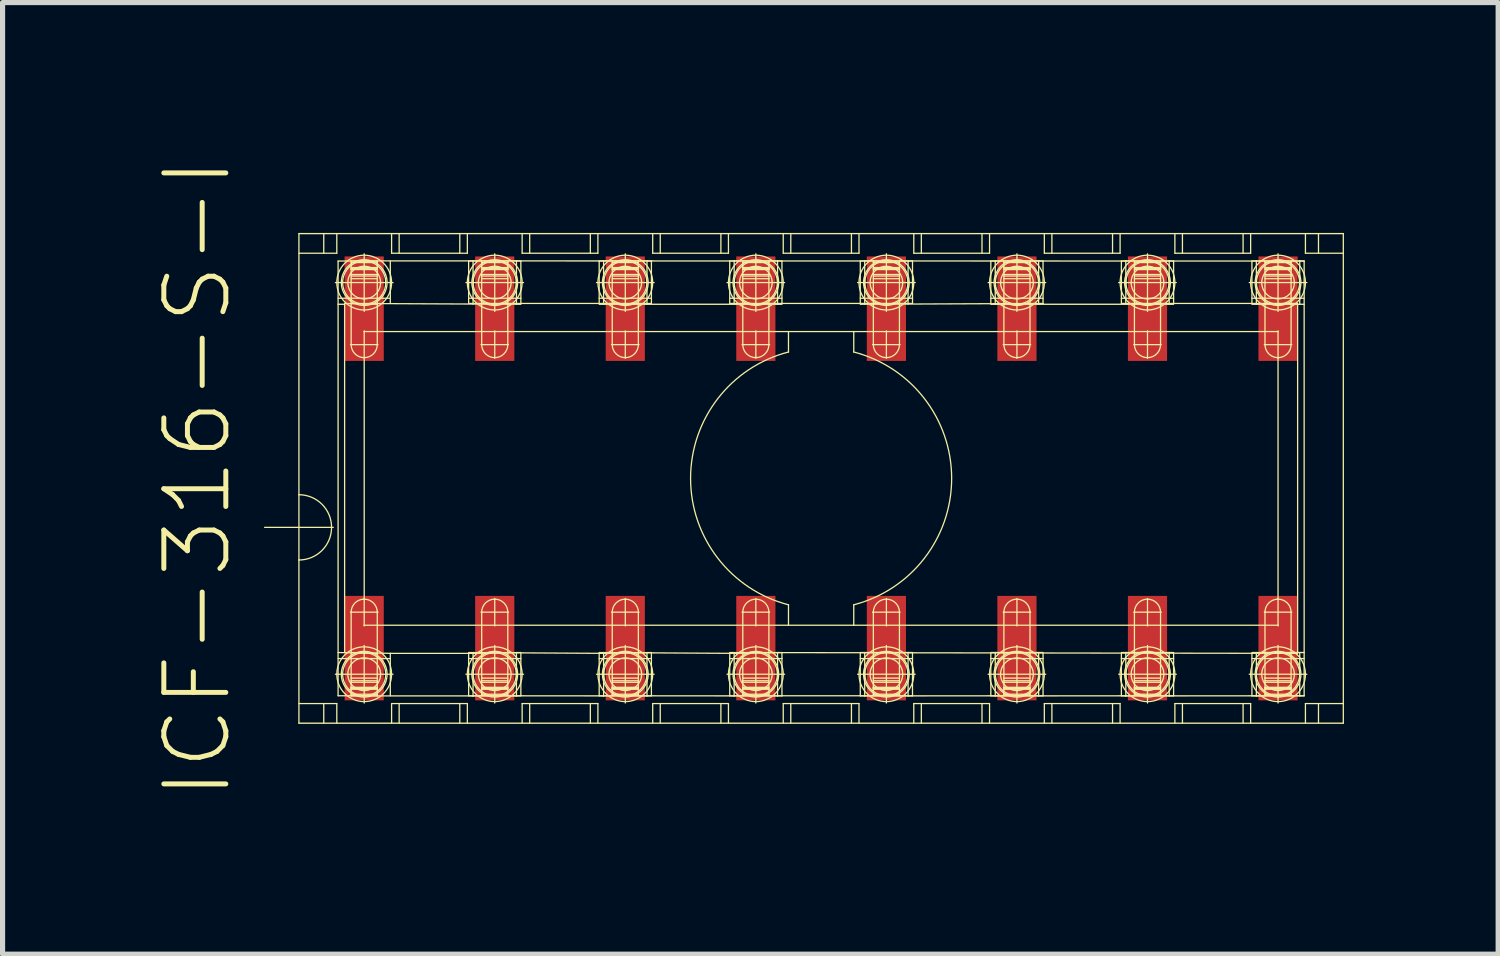
<source format=kicad_pcb>
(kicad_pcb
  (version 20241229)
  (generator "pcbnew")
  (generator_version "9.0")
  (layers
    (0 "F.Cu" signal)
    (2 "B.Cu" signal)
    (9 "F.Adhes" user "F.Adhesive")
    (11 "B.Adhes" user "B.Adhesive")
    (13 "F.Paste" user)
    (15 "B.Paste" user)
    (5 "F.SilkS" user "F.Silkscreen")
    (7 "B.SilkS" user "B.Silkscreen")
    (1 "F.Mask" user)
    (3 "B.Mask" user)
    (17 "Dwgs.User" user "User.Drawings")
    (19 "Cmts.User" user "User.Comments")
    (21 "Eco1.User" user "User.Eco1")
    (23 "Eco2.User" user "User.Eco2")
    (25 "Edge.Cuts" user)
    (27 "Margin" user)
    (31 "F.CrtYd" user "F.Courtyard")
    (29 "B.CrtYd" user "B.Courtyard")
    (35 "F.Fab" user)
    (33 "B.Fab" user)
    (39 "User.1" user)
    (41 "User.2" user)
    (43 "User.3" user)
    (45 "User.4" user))
  (footprint "ICF-316-S-I"
    (layer "F.Cu")
    (at 12.926 6.258)
    (property "Reference" "ICF-316-S-I" (at -11.43 0 270) (layer "F.SilkS") (effects (font (size 1.206 1.206) (thickness 0.097)) (justify bottom)))
    (attr through_hole)
    (fp_line (start -10.16 -4.763) (end -10.16 0.318) (stroke (width 0.025) (type solid)) (layer "F.SilkS"))
    (fp_line (start -10.16 -4.381) (end -9.423 -4.381) (stroke (width 0.025) (type solid)) (layer "F.SilkS"))
    (fp_line (start -10.16 0.318) (end -10.16 1.587) (stroke (width 0.025) (type solid)) (layer "F.SilkS"))
    (fp_line (start -10.16 1.587) (end -10.16 4.763) (stroke (width 0.025) (type solid)) (layer "F.SilkS"))
    (fp_line (start -10.16 4.381) (end -9.423 4.381) (stroke (width 0.025) (type solid)) (layer "F.SilkS"))
    (fp_line (start -10.16 4.763) (end 10.16 4.763) (stroke (width 0.025) (type solid)) (layer "F.SilkS"))
    (fp_line (start -9.677 -4.763) (end -9.677 -4.381) (stroke (width 0.025) (type solid)) (layer "F.SilkS"))
    (fp_line (start -9.677 4.381) (end -9.677 4.763) (stroke (width 0.025) (type solid)) (layer "F.SilkS"))
    (fp_line (start -9.493 0.953) (end -10.827 0.953) (stroke (width 0.025) (type solid)) (layer "F.SilkS"))
    (fp_line (start -9.423 -4.763) (end -9.423 -4.381) (stroke (width 0.025) (type solid)) (layer "F.SilkS"))
    (fp_line (start -9.423 4.381) (end -9.423 4.763) (stroke (width 0.025) (type solid)) (layer "F.SilkS"))
    (fp_line (start -9.398 -4.229) (end -9.398 4.229) (stroke (width 0.025) (type solid)) (layer "F.SilkS"))
    (fp_line (start -9.398 -4.229) (end -8.636 -4.229) (stroke (width 0.025) (type solid)) (layer "F.SilkS"))
    (fp_line (start -9.398 -3.505) (end -8.382 -3.505) (stroke (width 0.025) (type solid)) (layer "F.SilkS"))
    (fp_line (start -9.398 3.388) (end -8.636 3.404) (stroke (width 0.025) (type solid)) (layer "F.SilkS"))
    (fp_line (start -9.398 3.505) (end -8.382 3.505) (stroke (width 0.025) (type solid)) (layer "F.SilkS"))
    (fp_line (start -9.398 4.229) (end -8.636 4.229) (stroke (width 0.025) (type solid)) (layer "F.SilkS"))
    (fp_line (start -9.271 -3.388) (end -9.398 -3.388) (stroke (width 0.025) (type solid)) (layer "F.SilkS"))
    (fp_line (start -9.271 -3.388) (end -9.271 3.388) (stroke (width 0.025) (type solid)) (layer "F.SilkS"))
    (fp_line (start -9.144 -4.232) (end -9.144 -3.404) (stroke (width 0.025) (type solid)) (layer "F.SilkS"))
    (fp_line (start -9.144 -4.232) (end 9.312 -4.229) (stroke (width 0.025) (type solid)) (layer "F.SilkS"))
    (fp_line (start -9.144 -4.199) (end -8.636 -4.199) (stroke (width 0.025) (type solid)) (layer "F.SilkS"))
    (fp_line (start -9.144 -4.102) (end -8.636 -4.102) (stroke (width 0.025) (type solid)) (layer "F.SilkS"))
    (fp_line (start -9.144 -4.09) (end -8.636 -4.09) (stroke (width 0.025) (type solid)) (layer "F.SilkS"))
    (fp_line (start -9.144 -4.076) (end -8.636 -4.076) (stroke (width 0.025) (type solid)) (layer "F.SilkS"))
    (fp_line (start -9.144 -4.064) (end -8.636 -4.064) (stroke (width 0.025) (type solid)) (layer "F.SilkS"))
    (fp_line (start -9.144 -3.967) (end -8.636 -3.967) (stroke (width 0.025) (type solid)) (layer "F.SilkS"))
    (fp_line (start -9.144 -3.937) (end -8.636 -3.937) (stroke (width 0.025) (type solid)) (layer "F.SilkS"))
    (fp_line (start -9.144 -3.886) (end -8.636 -3.886) (stroke (width 0.025) (type solid)) (layer "F.SilkS"))
    (fp_line (start -9.144 -3.404) (end -9.144 -2.603) (stroke (width 0.025) (type solid)) (layer "F.SilkS"))
    (fp_line (start -9.144 2.603) (end -9.144 3.388) (stroke (width 0.025) (type solid)) (layer "F.SilkS"))
    (fp_line (start -9.144 3.388) (end -9.144 3.886) (stroke (width 0.025) (type solid)) (layer "F.SilkS"))
    (fp_line (start -9.144 3.388) (end -8.382 3.404) (stroke (width 0.025) (type solid)) (layer "F.SilkS"))
    (fp_line (start -9.144 3.886) (end -9.144 3.937) (stroke (width 0.025) (type solid)) (layer "F.SilkS"))
    (fp_line (start -9.144 3.886) (end -8.636 3.886) (stroke (width 0.025) (type solid)) (layer "F.SilkS"))
    (fp_line (start -9.144 3.937) (end -9.144 3.967) (stroke (width 0.025) (type solid)) (layer "F.SilkS"))
    (fp_line (start -9.144 3.937) (end -8.636 3.937) (stroke (width 0.025) (type solid)) (layer "F.SilkS"))
    (fp_line (start -9.144 3.967) (end -9.144 4.064) (stroke (width 0.025) (type solid)) (layer "F.SilkS"))
    (fp_line (start -9.144 3.967) (end -8.636 3.967) (stroke (width 0.025) (type solid)) (layer "F.SilkS"))
    (fp_line (start -9.144 4.064) (end -9.144 4.076) (stroke (width 0.025) (type solid)) (layer "F.SilkS"))
    (fp_line (start -9.144 4.064) (end -8.636 4.064) (stroke (width 0.025) (type solid)) (layer "F.SilkS"))
    (fp_line (start -9.144 4.076) (end -9.144 4.09) (stroke (width 0.025) (type solid)) (layer "F.SilkS"))
    (fp_line (start -9.144 4.076) (end -8.636 4.076) (stroke (width 0.025) (type solid)) (layer "F.SilkS"))
    (fp_line (start -9.144 4.09) (end -9.144 4.102) (stroke (width 0.025) (type solid)) (layer "F.SilkS"))
    (fp_line (start -9.144 4.09) (end -8.636 4.09) (stroke (width 0.025) (type solid)) (layer "F.SilkS"))
    (fp_line (start -9.144 4.102) (end -9.144 4.199) (stroke (width 0.025) (type solid)) (layer "F.SilkS"))
    (fp_line (start -9.144 4.102) (end -8.636 4.102) (stroke (width 0.025) (type solid)) (layer "F.SilkS"))
    (fp_line (start -9.144 4.199) (end -9.144 4.232) (stroke (width 0.025) (type solid)) (layer "F.SilkS"))
    (fp_line (start -9.144 4.199) (end -8.636 4.199) (stroke (width 0.025) (type solid)) (layer "F.SilkS"))
    (fp_line (start -9.144 4.232) (end -6.772 4.232) (stroke (width 0.025) (type solid)) (layer "F.SilkS"))
    (fp_line (start -8.89 -4.37) (end -8.89 -3.25) (stroke (width 0.025) (type solid)) (layer "F.SilkS"))
    (fp_line (start -8.89 -2.87) (end -8.89 -2.857) (stroke (width 0.025) (type solid)) (layer "F.SilkS"))
    (fp_line (start -8.89 -2.857) (end -8.89 -2.349) (stroke (width 0.025) (type solid)) (layer "F.SilkS"))
    (fp_line (start -8.89 -2.349) (end -8.89 2.349) (stroke (width 0.025) (type solid)) (layer "F.SilkS"))
    (fp_line (start -8.89 2.349) (end -8.89 2.857) (stroke (width 0.025) (type solid)) (layer "F.SilkS"))
    (fp_line (start -8.89 2.857) (end -8.89 2.87) (stroke (width 0.025) (type solid)) (layer "F.SilkS"))
    (fp_line (start -8.89 2.857) (end -0.635 2.857) (stroke (width 0.025) (type solid)) (layer "F.SilkS"))
    (fp_line (start -8.89 3.25) (end -8.89 4.37) (stroke (width 0.025) (type solid)) (layer "F.SilkS"))
    (fp_line (start -8.636 -4.232) (end -8.636 -2.603) (stroke (width 0.025) (type solid)) (layer "F.SilkS"))
    (fp_line (start -8.636 -3.388) (end -9.271 -3.404) (stroke (width 0.025) (type solid)) (layer "F.SilkS"))
    (fp_line (start -8.636 -2.603) (end -9.157 -2.603) (stroke (width 0.025) (type solid)) (layer "F.SilkS"))
    (fp_line (start -8.636 2.603) (end -9.157 2.603) (stroke (width 0.025) (type solid)) (layer "F.SilkS"))
    (fp_line (start -8.636 3.404) (end -8.636 2.603) (stroke (width 0.025) (type solid)) (layer "F.SilkS"))
    (fp_line (start -8.636 3.886) (end -8.636 3.404) (stroke (width 0.025) (type solid)) (layer "F.SilkS"))
    (fp_line (start -8.636 3.937) (end -8.636 3.886) (stroke (width 0.025) (type solid)) (layer "F.SilkS"))
    (fp_line (start -8.636 3.967) (end -8.636 3.937) (stroke (width 0.025) (type solid)) (layer "F.SilkS"))
    (fp_line (start -8.636 4.064) (end -8.636 3.967) (stroke (width 0.025) (type solid)) (layer "F.SilkS"))
    (fp_line (start -8.636 4.076) (end -8.636 4.064) (stroke (width 0.025) (type solid)) (layer "F.SilkS"))
    (fp_line (start -8.636 4.09) (end -8.636 4.076) (stroke (width 0.025) (type solid)) (layer "F.SilkS"))
    (fp_line (start -8.636 4.102) (end -8.636 4.09) (stroke (width 0.025) (type solid)) (layer "F.SilkS"))
    (fp_line (start -8.636 4.199) (end -8.636 4.102) (stroke (width 0.025) (type solid)) (layer "F.SilkS"))
    (fp_line (start -8.636 4.229) (end -8.636 4.199) (stroke (width 0.025) (type solid)) (layer "F.SilkS"))
    (fp_line (start -8.636 4.232) (end -8.636 4.229) (stroke (width 0.025) (type solid)) (layer "F.SilkS"))
    (fp_line (start -8.623 -2.603) (end -8.636 -2.603) (stroke (width 0.025) (type solid)) (layer "F.SilkS"))
    (fp_line (start -8.623 2.603) (end -8.636 2.603) (stroke (width 0.025) (type solid)) (layer "F.SilkS"))
    (fp_line (start -8.382 -4.229) (end -8.382 -3.404) (stroke (width 0.025) (type solid)) (layer "F.SilkS"))
    (fp_line (start -8.382 3.404) (end -8.382 4.229) (stroke (width 0.025) (type solid)) (layer "F.SilkS"))
    (fp_line (start -8.382 3.404) (end -6.858 3.404) (stroke (width 0.025) (type solid)) (layer "F.SilkS"))
    (fp_line (start -8.357 -4.763) (end -8.357 -4.381) (stroke (width 0.025) (type solid)) (layer "F.SilkS"))
    (fp_line (start -8.357 -4.381) (end -6.883 -4.381) (stroke (width 0.025) (type solid)) (layer "F.SilkS"))
    (fp_line (start -8.357 4.381) (end -8.357 4.763) (stroke (width 0.025) (type solid)) (layer "F.SilkS"))
    (fp_line (start -8.357 4.381) (end -6.883 4.381) (stroke (width 0.025) (type solid)) (layer "F.SilkS"))
    (fp_line (start -8.33 -3.81) (end -9.45 -3.81) (stroke (width 0.025) (type solid)) (layer "F.SilkS"))
    (fp_line (start -8.33 3.81) (end -9.45 3.81) (stroke (width 0.025) (type solid)) (layer "F.SilkS"))
    (fp_line (start -8.21 -4.763) (end -8.21 -4.381) (stroke (width 0.025) (type solid)) (layer "F.SilkS"))
    (fp_line (start -8.21 4.381) (end -8.21 4.763) (stroke (width 0.025) (type solid)) (layer "F.SilkS"))
    (fp_line (start -7.03 -4.763) (end -7.03 -4.381) (stroke (width 0.025) (type solid)) (layer "F.SilkS"))
    (fp_line (start -7.03 4.381) (end -7.03 4.763) (stroke (width 0.025) (type solid)) (layer "F.SilkS"))
    (fp_line (start -6.883 -4.763) (end -6.883 -4.381) (stroke (width 0.025) (type solid)) (layer "F.SilkS"))
    (fp_line (start -6.883 4.381) (end -6.883 4.763) (stroke (width 0.025) (type solid)) (layer "F.SilkS"))
    (fp_line (start -6.858 -4.229) (end -6.858 -3.404) (stroke (width 0.025) (type solid)) (layer "F.SilkS"))
    (fp_line (start -6.858 -4.229) (end -6.772 -4.232) (stroke (width 0.025) (type solid)) (layer "F.SilkS"))
    (fp_line (start -6.858 -3.505) (end -5.842 -3.505) (stroke (width 0.025) (type solid)) (layer "F.SilkS"))
    (fp_line (start -6.858 3.388) (end -4.232 3.404) (stroke (width 0.025) (type solid)) (layer "F.SilkS"))
    (fp_line (start -6.858 3.404) (end -6.858 4.229) (stroke (width 0.025) (type solid)) (layer "F.SilkS"))
    (fp_line (start -6.858 3.404) (end -6.772 3.404) (stroke (width 0.025) (type solid)) (layer "F.SilkS"))
    (fp_line (start -6.858 3.505) (end -5.842 3.505) (stroke (width 0.025) (type solid)) (layer "F.SilkS"))
    (fp_line (start -6.772 -4.232) (end -6.772 -3.388) (stroke (width 0.025) (type solid)) (layer "F.SilkS"))
    (fp_line (start -6.772 -4.232) (end -5.928 -4.232) (stroke (width 0.025) (type solid)) (layer "F.SilkS"))
    (fp_line (start -6.772 3.388) (end -6.772 4.232) (stroke (width 0.025) (type solid)) (layer "F.SilkS"))
    (fp_line (start -6.772 3.404) (end -5.842 3.388) (stroke (width 0.025) (type solid)) (layer "F.SilkS"))
    (fp_line (start -6.772 4.229) (end -3.388 4.232) (stroke (width 0.025) (type solid)) (layer "F.SilkS"))
    (fp_line (start -6.772 4.232) (end -6.858 4.229) (stroke (width 0.025) (type solid)) (layer "F.SilkS"))
    (fp_line (start -6.772 4.232) (end -5.928 4.232) (stroke (width 0.025) (type solid)) (layer "F.SilkS"))
    (fp_line (start -6.604 -4.229) (end -6.604 -2.603) (stroke (width 0.025) (type solid)) (layer "F.SilkS"))
    (fp_line (start -6.604 -4.199) (end -6.096 -4.199) (stroke (width 0.025) (type solid)) (layer "F.SilkS"))
    (fp_line (start -6.604 -4.102) (end -6.096 -4.102) (stroke (width 0.025) (type solid)) (layer "F.SilkS"))
    (fp_line (start -6.604 -4.09) (end -6.096 -4.09) (stroke (width 0.025) (type solid)) (layer "F.SilkS"))
    (fp_line (start -6.604 -4.076) (end -6.096 -4.076) (stroke (width 0.025) (type solid)) (layer "F.SilkS"))
    (fp_line (start -6.604 -4.064) (end -6.096 -4.064) (stroke (width 0.025) (type solid)) (layer "F.SilkS"))
    (fp_line (start -6.604 -3.967) (end -6.096 -3.967) (stroke (width 0.025) (type solid)) (layer "F.SilkS"))
    (fp_line (start -6.604 -3.937) (end -6.096 -3.937) (stroke (width 0.025) (type solid)) (layer "F.SilkS"))
    (fp_line (start -6.604 -3.886) (end -6.096 -3.886) (stroke (width 0.025) (type solid)) (layer "F.SilkS"))
    (fp_line (start -6.604 -2.603) (end -6.617 -2.603) (stroke (width 0.025) (type solid)) (layer "F.SilkS"))
    (fp_line (start -6.604 2.603) (end -6.617 2.603) (stroke (width 0.025) (type solid)) (layer "F.SilkS"))
    (fp_line (start -6.604 2.603) (end -6.604 3.886) (stroke (width 0.025) (type solid)) (layer "F.SilkS"))
    (fp_line (start -6.604 3.886) (end -6.604 3.937) (stroke (width 0.025) (type solid)) (layer "F.SilkS"))
    (fp_line (start -6.604 3.886) (end -6.096 3.886) (stroke (width 0.025) (type solid)) (layer "F.SilkS"))
    (fp_line (start -6.604 3.937) (end -6.604 3.967) (stroke (width 0.025) (type solid)) (layer "F.SilkS"))
    (fp_line (start -6.604 3.937) (end -6.096 3.937) (stroke (width 0.025) (type solid)) (layer "F.SilkS"))
    (fp_line (start -6.604 3.967) (end -6.604 4.064) (stroke (width 0.025) (type solid)) (layer "F.SilkS"))
    (fp_line (start -6.604 3.967) (end -6.096 3.967) (stroke (width 0.025) (type solid)) (layer "F.SilkS"))
    (fp_line (start -6.604 4.064) (end -6.604 4.076) (stroke (width 0.025) (type solid)) (layer "F.SilkS"))
    (fp_line (start -6.604 4.064) (end -6.096 4.064) (stroke (width 0.025) (type solid)) (layer "F.SilkS"))
    (fp_line (start -6.604 4.076) (end -6.604 4.09) (stroke (width 0.025) (type solid)) (layer "F.SilkS"))
    (fp_line (start -6.604 4.076) (end -6.096 4.076) (stroke (width 0.025) (type solid)) (layer "F.SilkS"))
    (fp_line (start -6.604 4.09) (end -6.604 4.102) (stroke (width 0.025) (type solid)) (layer "F.SilkS"))
    (fp_line (start -6.604 4.09) (end -6.096 4.09) (stroke (width 0.025) (type solid)) (layer "F.SilkS"))
    (fp_line (start -6.604 4.102) (end -6.604 4.199) (stroke (width 0.025) (type solid)) (layer "F.SilkS"))
    (fp_line (start -6.604 4.102) (end -6.096 4.102) (stroke (width 0.025) (type solid)) (layer "F.SilkS"))
    (fp_line (start -6.604 4.199) (end -6.604 4.229) (stroke (width 0.025) (type solid)) (layer "F.SilkS"))
    (fp_line (start -6.604 4.199) (end -6.096 4.199) (stroke (width 0.025) (type solid)) (layer "F.SilkS"))
    (fp_line (start -6.35 -4.37) (end -6.35 -3.25) (stroke (width 0.025) (type solid)) (layer "F.SilkS"))
    (fp_line (start -6.35 -2.87) (end -6.35 -2.337) (stroke (width 0.025) (type solid)) (layer "F.SilkS"))
    (fp_line (start -6.35 2.337) (end -6.35 2.87) (stroke (width 0.025) (type solid)) (layer "F.SilkS"))
    (fp_line (start -6.35 3.25) (end -6.35 4.37) (stroke (width 0.025) (type solid)) (layer "F.SilkS"))
    (fp_line (start -6.096 -4.199) (end -6.096 -4.229) (stroke (width 0.025) (type solid)) (layer "F.SilkS"))
    (fp_line (start -6.096 -4.102) (end -6.096 -4.199) (stroke (width 0.025) (type solid)) (layer "F.SilkS"))
    (fp_line (start -6.096 -4.09) (end -6.096 -4.102) (stroke (width 0.025) (type solid)) (layer "F.SilkS"))
    (fp_line (start -6.096 -4.076) (end -6.096 -4.09) (stroke (width 0.025) (type solid)) (layer "F.SilkS"))
    (fp_line (start -6.096 -4.064) (end -6.096 -4.076) (stroke (width 0.025) (type solid)) (layer "F.SilkS"))
    (fp_line (start -6.096 -3.967) (end -6.096 -4.064) (stroke (width 0.025) (type solid)) (layer "F.SilkS"))
    (fp_line (start -6.096 -3.937) (end -6.096 -3.967) (stroke (width 0.025) (type solid)) (layer "F.SilkS"))
    (fp_line (start -6.096 -3.886) (end -6.096 -3.937) (stroke (width 0.025) (type solid)) (layer "F.SilkS"))
    (fp_line (start -6.096 -2.603) (end -6.604 -2.603) (stroke (width 0.025) (type solid)) (layer "F.SilkS"))
    (fp_line (start -6.096 -2.603) (end -6.096 -3.886) (stroke (width 0.025) (type solid)) (layer "F.SilkS"))
    (fp_line (start -6.096 2.603) (end -6.604 2.603) (stroke (width 0.025) (type solid)) (layer "F.SilkS"))
    (fp_line (start -6.096 2.603) (end -6.096 4.229) (stroke (width 0.025) (type solid)) (layer "F.SilkS"))
    (fp_line (start -6.083 -2.603) (end -6.096 -2.603) (stroke (width 0.025) (type solid)) (layer "F.SilkS"))
    (fp_line (start -6.083 2.603) (end -6.096 2.603) (stroke (width 0.025) (type solid)) (layer "F.SilkS"))
    (fp_line (start -5.928 -4.232) (end -5.928 -3.388) (stroke (width 0.025) (type solid)) (layer "F.SilkS"))
    (fp_line (start -5.928 -4.232) (end -5.842 -4.229) (stroke (width 0.025) (type solid)) (layer "F.SilkS"))
    (fp_line (start -5.928 3.388) (end -5.928 4.232) (stroke (width 0.025) (type solid)) (layer "F.SilkS"))
    (fp_line (start -5.842 -4.229) (end -5.842 -3.404) (stroke (width 0.025) (type solid)) (layer "F.SilkS"))
    (fp_line (start -5.842 -3.404) (end -6.858 -3.404) (stroke (width 0.025) (type solid)) (layer "F.SilkS"))
    (fp_line (start -5.842 -3.388) (end -9.144 -3.404) (stroke (width 0.025) (type solid)) (layer "F.SilkS"))
    (fp_line (start -5.842 3.404) (end -5.842 4.229) (stroke (width 0.025) (type solid)) (layer "F.SilkS"))
    (fp_line (start -5.842 4.229) (end -5.928 4.232) (stroke (width 0.025) (type solid)) (layer "F.SilkS"))
    (fp_line (start -5.817 -4.763) (end -5.817 -4.381) (stroke (width 0.025) (type solid)) (layer "F.SilkS"))
    (fp_line (start -5.817 -4.381) (end -4.343 -4.381) (stroke (width 0.025) (type solid)) (layer "F.SilkS"))
    (fp_line (start -5.817 4.381) (end -5.817 4.763) (stroke (width 0.025) (type solid)) (layer "F.SilkS"))
    (fp_line (start -5.817 4.381) (end -4.343 4.381) (stroke (width 0.025) (type solid)) (layer "F.SilkS"))
    (fp_line (start -5.79 -3.81) (end -6.91 -3.81) (stroke (width 0.025) (type solid)) (layer "F.SilkS"))
    (fp_line (start -5.79 3.81) (end -6.91 3.81) (stroke (width 0.025) (type solid)) (layer "F.SilkS"))
    (fp_line (start -5.67 -4.763) (end -5.67 -4.381) (stroke (width 0.025) (type solid)) (layer "F.SilkS"))
    (fp_line (start -5.67 4.381) (end -5.67 4.763) (stroke (width 0.025) (type solid)) (layer "F.SilkS"))
    (fp_line (start -4.49 -4.763) (end -4.49 -4.381) (stroke (width 0.025) (type solid)) (layer "F.SilkS"))
    (fp_line (start -4.49 4.381) (end -4.49 4.763) (stroke (width 0.025) (type solid)) (layer "F.SilkS"))
    (fp_line (start -4.343 -4.763) (end -4.343 -4.381) (stroke (width 0.025) (type solid)) (layer "F.SilkS"))
    (fp_line (start -4.343 4.381) (end -4.343 4.763) (stroke (width 0.025) (type solid)) (layer "F.SilkS"))
    (fp_line (start -4.318 -4.229) (end -4.318 -3.404) (stroke (width 0.025) (type solid)) (layer "F.SilkS"))
    (fp_line (start -4.318 -4.229) (end -4.232 -4.232) (stroke (width 0.025) (type solid)) (layer "F.SilkS"))
    (fp_line (start -4.318 -3.505) (end -3.302 -3.505) (stroke (width 0.025) (type solid)) (layer "F.SilkS"))
    (fp_line (start -4.318 -3.404) (end -5.842 -3.404) (stroke (width 0.025) (type solid)) (layer "F.SilkS"))
    (fp_line (start -4.318 3.388) (end -1.692 3.404) (stroke (width 0.025) (type solid)) (layer "F.SilkS"))
    (fp_line (start -4.318 3.404) (end -4.318 4.229) (stroke (width 0.025) (type solid)) (layer "F.SilkS"))
    (fp_line (start -4.318 3.505) (end -3.302 3.505) (stroke (width 0.025) (type solid)) (layer "F.SilkS"))
    (fp_line (start -4.232 -4.232) (end -4.232 -3.388) (stroke (width 0.025) (type solid)) (layer "F.SilkS"))
    (fp_line (start -4.232 -4.232) (end -3.388 -4.232) (stroke (width 0.025) (type solid)) (layer "F.SilkS"))
    (fp_line (start -4.232 3.388) (end -4.232 3.404) (stroke (width 0.025) (type solid)) (layer "F.SilkS"))
    (fp_line (start -4.232 3.404) (end -4.232 4.229) (stroke (width 0.025) (type solid)) (layer "F.SilkS"))
    (fp_line (start -4.232 3.404) (end -3.302 3.388) (stroke (width 0.025) (type solid)) (layer "F.SilkS"))
    (fp_line (start -4.232 4.229) (end -4.232 4.232) (stroke (width 0.025) (type solid)) (layer "F.SilkS"))
    (fp_line (start -4.232 4.229) (end -0.848 4.232) (stroke (width 0.025) (type solid)) (layer "F.SilkS"))
    (fp_line (start -4.232 4.232) (end -4.318 4.229) (stroke (width 0.025) (type solid)) (layer "F.SilkS"))
    (fp_line (start -4.064 -4.229) (end -4.064 -2.603) (stroke (width 0.025) (type solid)) (layer "F.SilkS"))
    (fp_line (start -4.064 -4.199) (end -3.556 -4.199) (stroke (width 0.025) (type solid)) (layer "F.SilkS"))
    (fp_line (start -4.064 -4.102) (end -3.556 -4.102) (stroke (width 0.025) (type solid)) (layer "F.SilkS"))
    (fp_line (start -4.064 -4.09) (end -3.556 -4.09) (stroke (width 0.025) (type solid)) (layer "F.SilkS"))
    (fp_line (start -4.064 -4.076) (end -3.556 -4.076) (stroke (width 0.025) (type solid)) (layer "F.SilkS"))
    (fp_line (start -4.064 -4.064) (end -3.556 -4.064) (stroke (width 0.025) (type solid)) (layer "F.SilkS"))
    (fp_line (start -4.064 -3.967) (end -3.556 -3.967) (stroke (width 0.025) (type solid)) (layer "F.SilkS"))
    (fp_line (start -4.064 -3.937) (end -3.556 -3.937) (stroke (width 0.025) (type solid)) (layer "F.SilkS"))
    (fp_line (start -4.064 -3.886) (end -3.556 -3.886) (stroke (width 0.025) (type solid)) (layer "F.SilkS"))
    (fp_line (start -4.064 -2.603) (end -4.077 -2.603) (stroke (width 0.025) (type solid)) (layer "F.SilkS"))
    (fp_line (start -4.064 2.603) (end -4.077 2.603) (stroke (width 0.025) (type solid)) (layer "F.SilkS"))
    (fp_line (start -4.064 2.603) (end -4.064 3.886) (stroke (width 0.025) (type solid)) (layer "F.SilkS"))
    (fp_line (start -4.064 3.886) (end -4.064 3.937) (stroke (width 0.025) (type solid)) (layer "F.SilkS"))
    (fp_line (start -4.064 3.886) (end -3.556 3.886) (stroke (width 0.025) (type solid)) (layer "F.SilkS"))
    (fp_line (start -4.064 3.937) (end -4.064 3.967) (stroke (width 0.025) (type solid)) (layer "F.SilkS"))
    (fp_line (start -4.064 3.937) (end -3.556 3.937) (stroke (width 0.025) (type solid)) (layer "F.SilkS"))
    (fp_line (start -4.064 3.967) (end -4.064 4.064) (stroke (width 0.025) (type solid)) (layer "F.SilkS"))
    (fp_line (start -4.064 3.967) (end -3.556 3.967) (stroke (width 0.025) (type solid)) (layer "F.SilkS"))
    (fp_line (start -4.064 4.064) (end -4.064 4.076) (stroke (width 0.025) (type solid)) (layer "F.SilkS"))
    (fp_line (start -4.064 4.064) (end -3.556 4.064) (stroke (width 0.025) (type solid)) (layer "F.SilkS"))
    (fp_line (start -4.064 4.076) (end -4.064 4.09) (stroke (width 0.025) (type solid)) (layer "F.SilkS"))
    (fp_line (start -4.064 4.076) (end -3.556 4.076) (stroke (width 0.025) (type solid)) (layer "F.SilkS"))
    (fp_line (start -4.064 4.09) (end -4.064 4.102) (stroke (width 0.025) (type solid)) (layer "F.SilkS"))
    (fp_line (start -4.064 4.09) (end -3.556 4.09) (stroke (width 0.025) (type solid)) (layer "F.SilkS"))
    (fp_line (start -4.064 4.102) (end -4.064 4.199) (stroke (width 0.025) (type solid)) (layer "F.SilkS"))
    (fp_line (start -4.064 4.102) (end -3.556 4.102) (stroke (width 0.025) (type solid)) (layer "F.SilkS"))
    (fp_line (start -4.064 4.199) (end -4.064 4.229) (stroke (width 0.025) (type solid)) (layer "F.SilkS"))
    (fp_line (start -4.064 4.199) (end -3.556 4.199) (stroke (width 0.025) (type solid)) (layer "F.SilkS"))
    (fp_line (start -3.81 -4.37) (end -3.81 -3.25) (stroke (width 0.025) (type solid)) (layer "F.SilkS"))
    (fp_line (start -3.81 -2.87) (end -3.81 -2.337) (stroke (width 0.025) (type solid)) (layer "F.SilkS"))
    (fp_line (start -3.81 2.337) (end -3.81 2.87) (stroke (width 0.025) (type solid)) (layer "F.SilkS"))
    (fp_line (start -3.81 3.25) (end -3.81 4.37) (stroke (width 0.025) (type solid)) (layer "F.SilkS"))
    (fp_line (start -3.556 -4.199) (end -3.556 -4.229) (stroke (width 0.025) (type solid)) (layer "F.SilkS"))
    (fp_line (start -3.556 -4.102) (end -3.556 -4.199) (stroke (width 0.025) (type solid)) (layer "F.SilkS"))
    (fp_line (start -3.556 -4.09) (end -3.556 -4.102) (stroke (width 0.025) (type solid)) (layer "F.SilkS"))
    (fp_line (start -3.556 -4.076) (end -3.556 -4.09) (stroke (width 0.025) (type solid)) (layer "F.SilkS"))
    (fp_line (start -3.556 -4.064) (end -3.556 -4.076) (stroke (width 0.025) (type solid)) (layer "F.SilkS"))
    (fp_line (start -3.556 -3.967) (end -3.556 -4.064) (stroke (width 0.025) (type solid)) (layer "F.SilkS"))
    (fp_line (start -3.556 -3.937) (end -3.556 -3.967) (stroke (width 0.025) (type solid)) (layer "F.SilkS"))
    (fp_line (start -3.556 -3.886) (end -3.556 -3.937) (stroke (width 0.025) (type solid)) (layer "F.SilkS"))
    (fp_line (start -3.556 -2.603) (end -4.064 -2.603) (stroke (width 0.025) (type solid)) (layer "F.SilkS"))
    (fp_line (start -3.556 -2.603) (end -3.556 -3.886) (stroke (width 0.025) (type solid)) (layer "F.SilkS"))
    (fp_line (start -3.556 2.603) (end -4.064 2.603) (stroke (width 0.025) (type solid)) (layer "F.SilkS"))
    (fp_line (start -3.556 2.603) (end -3.556 4.229) (stroke (width 0.025) (type solid)) (layer "F.SilkS"))
    (fp_line (start -3.543 -2.603) (end -3.556 -2.603) (stroke (width 0.025) (type solid)) (layer "F.SilkS"))
    (fp_line (start -3.543 2.603) (end -3.556 2.603) (stroke (width 0.025) (type solid)) (layer "F.SilkS"))
    (fp_line (start -3.388 -4.232) (end -3.388 -3.388) (stroke (width 0.025) (type solid)) (layer "F.SilkS"))
    (fp_line (start -3.388 -4.232) (end -3.302 -4.229) (stroke (width 0.025) (type solid)) (layer "F.SilkS"))
    (fp_line (start -3.388 3.388) (end -3.388 4.232) (stroke (width 0.025) (type solid)) (layer "F.SilkS"))
    (fp_line (start -3.302 -4.229) (end -3.302 -3.404) (stroke (width 0.025) (type solid)) (layer "F.SilkS"))
    (fp_line (start -3.302 -3.404) (end -4.318 -3.404) (stroke (width 0.025) (type solid)) (layer "F.SilkS"))
    (fp_line (start -3.302 3.404) (end -3.302 4.229) (stroke (width 0.025) (type solid)) (layer "F.SilkS"))
    (fp_line (start -3.302 4.229) (end -3.388 4.232) (stroke (width 0.025) (type solid)) (layer "F.SilkS"))
    (fp_line (start -3.277 -4.763) (end -3.277 -4.381) (stroke (width 0.025) (type solid)) (layer "F.SilkS"))
    (fp_line (start -3.277 -4.381) (end -1.803 -4.381) (stroke (width 0.025) (type solid)) (layer "F.SilkS"))
    (fp_line (start -3.277 4.381) (end -3.277 4.763) (stroke (width 0.025) (type solid)) (layer "F.SilkS"))
    (fp_line (start -3.277 4.381) (end -1.803 4.381) (stroke (width 0.025) (type solid)) (layer "F.SilkS"))
    (fp_line (start -3.25 -3.81) (end -4.37 -3.81) (stroke (width 0.025) (type solid)) (layer "F.SilkS"))
    (fp_line (start -3.25 3.81) (end -4.37 3.81) (stroke (width 0.025) (type solid)) (layer "F.SilkS"))
    (fp_line (start -3.13 -4.763) (end -3.13 -4.381) (stroke (width 0.025) (type solid)) (layer "F.SilkS"))
    (fp_line (start -3.13 4.381) (end -3.13 4.763) (stroke (width 0.025) (type solid)) (layer "F.SilkS"))
    (fp_line (start -1.95 -4.763) (end -1.95 -4.381) (stroke (width 0.025) (type solid)) (layer "F.SilkS"))
    (fp_line (start -1.95 4.381) (end -1.95 4.763) (stroke (width 0.025) (type solid)) (layer "F.SilkS"))
    (fp_line (start -1.803 -4.763) (end -1.803 -4.381) (stroke (width 0.025) (type solid)) (layer "F.SilkS"))
    (fp_line (start -1.803 4.381) (end -1.803 4.763) (stroke (width 0.025) (type solid)) (layer "F.SilkS"))
    (fp_line (start -1.778 -4.229) (end -1.778 -3.404) (stroke (width 0.025) (type solid)) (layer "F.SilkS"))
    (fp_line (start -1.778 -4.229) (end -1.692 -4.232) (stroke (width 0.025) (type solid)) (layer "F.SilkS"))
    (fp_line (start -1.778 -3.505) (end -0.762 -3.505) (stroke (width 0.025) (type solid)) (layer "F.SilkS"))
    (fp_line (start -1.778 3.388) (end 9.271 3.404) (stroke (width 0.025) (type solid)) (layer "F.SilkS"))
    (fp_line (start -1.778 3.404) (end -1.778 4.229) (stroke (width 0.025) (type solid)) (layer "F.SilkS"))
    (fp_line (start -1.778 3.505) (end -0.762 3.505) (stroke (width 0.025) (type solid)) (layer "F.SilkS"))
    (fp_line (start -1.692 -4.232) (end -1.692 -3.388) (stroke (width 0.025) (type solid)) (layer "F.SilkS"))
    (fp_line (start -1.692 -4.232) (end -0.848 -4.232) (stroke (width 0.025) (type solid)) (layer "F.SilkS"))
    (fp_line (start -1.692 3.388) (end -1.692 4.232) (stroke (width 0.025) (type solid)) (layer "F.SilkS"))
    (fp_line (start -1.692 3.404) (end -0.762 3.388) (stroke (width 0.025) (type solid)) (layer "F.SilkS"))
    (fp_line (start -1.692 4.229) (end -0.762 4.229) (stroke (width 0.025) (type solid)) (layer "F.SilkS"))
    (fp_line (start -1.692 4.232) (end -1.778 4.229) (stroke (width 0.025) (type solid)) (layer "F.SilkS"))
    (fp_line (start -1.524 -4.229) (end -1.524 -2.603) (stroke (width 0.025) (type solid)) (layer "F.SilkS"))
    (fp_line (start -1.524 -4.199) (end -1.016 -4.199) (stroke (width 0.025) (type solid)) (layer "F.SilkS"))
    (fp_line (start -1.524 -4.102) (end -1.016 -4.102) (stroke (width 0.025) (type solid)) (layer "F.SilkS"))
    (fp_line (start -1.524 -4.09) (end -1.016 -4.09) (stroke (width 0.025) (type solid)) (layer "F.SilkS"))
    (fp_line (start -1.524 -4.076) (end -1.016 -4.076) (stroke (width 0.025) (type solid)) (layer "F.SilkS"))
    (fp_line (start -1.524 -4.064) (end -1.016 -4.064) (stroke (width 0.025) (type solid)) (layer "F.SilkS"))
    (fp_line (start -1.524 -3.967) (end -1.016 -3.967) (stroke (width 0.025) (type solid)) (layer "F.SilkS"))
    (fp_line (start -1.524 -3.937) (end -1.016 -3.937) (stroke (width 0.025) (type solid)) (layer "F.SilkS"))
    (fp_line (start -1.524 -3.886) (end -1.016 -3.886) (stroke (width 0.025) (type solid)) (layer "F.SilkS"))
    (fp_line (start -1.524 -2.603) (end -1.537 -2.603) (stroke (width 0.025) (type solid)) (layer "F.SilkS"))
    (fp_line (start -1.524 2.603) (end -1.537 2.603) (stroke (width 0.025) (type solid)) (layer "F.SilkS"))
    (fp_line (start -1.524 2.603) (end -1.524 3.886) (stroke (width 0.025) (type solid)) (layer "F.SilkS"))
    (fp_line (start -1.524 3.886) (end -1.524 3.937) (stroke (width 0.025) (type solid)) (layer "F.SilkS"))
    (fp_line (start -1.524 3.886) (end -1.016 3.886) (stroke (width 0.025) (type solid)) (layer "F.SilkS"))
    (fp_line (start -1.524 3.937) (end -1.524 3.967) (stroke (width 0.025) (type solid)) (layer "F.SilkS"))
    (fp_line (start -1.524 3.937) (end -1.016 3.937) (stroke (width 0.025) (type solid)) (layer "F.SilkS"))
    (fp_line (start -1.524 3.967) (end -1.524 4.064) (stroke (width 0.025) (type solid)) (layer "F.SilkS"))
    (fp_line (start -1.524 3.967) (end -1.016 3.967) (stroke (width 0.025) (type solid)) (layer "F.SilkS"))
    (fp_line (start -1.524 4.064) (end -1.524 4.076) (stroke (width 0.025) (type solid)) (layer "F.SilkS"))
    (fp_line (start -1.524 4.064) (end -1.016 4.064) (stroke (width 0.025) (type solid)) (layer "F.SilkS"))
    (fp_line (start -1.524 4.076) (end -1.524 4.09) (stroke (width 0.025) (type solid)) (layer "F.SilkS"))
    (fp_line (start -1.524 4.076) (end -1.016 4.076) (stroke (width 0.025) (type solid)) (layer "F.SilkS"))
    (fp_line (start -1.524 4.09) (end -1.524 4.102) (stroke (width 0.025) (type solid)) (layer "F.SilkS"))
    (fp_line (start -1.524 4.09) (end -1.016 4.09) (stroke (width 0.025) (type solid)) (layer "F.SilkS"))
    (fp_line (start -1.524 4.102) (end -1.524 4.199) (stroke (width 0.025) (type solid)) (layer "F.SilkS"))
    (fp_line (start -1.524 4.102) (end -1.016 4.102) (stroke (width 0.025) (type solid)) (layer "F.SilkS"))
    (fp_line (start -1.524 4.199) (end -1.524 4.229) (stroke (width 0.025) (type solid)) (layer "F.SilkS"))
    (fp_line (start -1.524 4.199) (end -1.016 4.199) (stroke (width 0.025) (type solid)) (layer "F.SilkS"))
    (fp_line (start -1.27 -4.37) (end -1.27 -3.25) (stroke (width 0.025) (type solid)) (layer "F.SilkS"))
    (fp_line (start -1.27 -2.87) (end -1.27 -2.337) (stroke (width 0.025) (type solid)) (layer "F.SilkS"))
    (fp_line (start -1.27 2.337) (end -1.27 2.87) (stroke (width 0.025) (type solid)) (layer "F.SilkS"))
    (fp_line (start -1.27 3.25) (end -1.27 4.37) (stroke (width 0.025) (type solid)) (layer "F.SilkS"))
    (fp_line (start -1.016 -4.199) (end -1.016 -4.229) (stroke (width 0.025) (type solid)) (layer "F.SilkS"))
    (fp_line (start -1.016 -4.102) (end -1.016 -4.199) (stroke (width 0.025) (type solid)) (layer "F.SilkS"))
    (fp_line (start -1.016 -4.09) (end -1.016 -4.102) (stroke (width 0.025) (type solid)) (layer "F.SilkS"))
    (fp_line (start -1.016 -4.076) (end -1.016 -4.09) (stroke (width 0.025) (type solid)) (layer "F.SilkS"))
    (fp_line (start -1.016 -4.064) (end -1.016 -4.076) (stroke (width 0.025) (type solid)) (layer "F.SilkS"))
    (fp_line (start -1.016 -3.967) (end -1.016 -4.064) (stroke (width 0.025) (type solid)) (layer "F.SilkS"))
    (fp_line (start -1.016 -3.937) (end -1.016 -3.967) (stroke (width 0.025) (type solid)) (layer "F.SilkS"))
    (fp_line (start -1.016 -3.886) (end -1.016 -3.937) (stroke (width 0.025) (type solid)) (layer "F.SilkS"))
    (fp_line (start -1.016 -2.603) (end -1.524 -2.603) (stroke (width 0.025) (type solid)) (layer "F.SilkS"))
    (fp_line (start -1.016 -2.603) (end -1.016 -3.886) (stroke (width 0.025) (type solid)) (layer "F.SilkS"))
    (fp_line (start -1.016 2.603) (end -1.524 2.603) (stroke (width 0.025) (type solid)) (layer "F.SilkS"))
    (fp_line (start -1.016 2.603) (end -1.016 4.229) (stroke (width 0.025) (type solid)) (layer "F.SilkS"))
    (fp_line (start -1.003 -2.603) (end -1.016 -2.603) (stroke (width 0.025) (type solid)) (layer "F.SilkS"))
    (fp_line (start -1.003 2.603) (end -1.016 2.603) (stroke (width 0.025) (type solid)) (layer "F.SilkS"))
    (fp_line (start -0.848 -4.232) (end -0.848 -3.388) (stroke (width 0.025) (type solid)) (layer "F.SilkS"))
    (fp_line (start -0.848 -4.232) (end -0.762 -4.229) (stroke (width 0.025) (type solid)) (layer "F.SilkS"))
    (fp_line (start -0.848 3.388) (end -0.848 4.232) (stroke (width 0.025) (type solid)) (layer "F.SilkS"))
    (fp_line (start -0.762 -4.229) (end -0.762 -3.404) (stroke (width 0.025) (type solid)) (layer "F.SilkS"))
    (fp_line (start -0.762 -3.404) (end -1.778 -3.404) (stroke (width 0.025) (type solid)) (layer "F.SilkS"))
    (fp_line (start -0.762 -3.388) (end -4.318 -3.388) (stroke (width 0.025) (type solid)) (layer "F.SilkS"))
    (fp_line (start -0.762 3.404) (end -0.762 4.229) (stroke (width 0.025) (type solid)) (layer "F.SilkS"))
    (fp_line (start -0.762 4.229) (end -0.848 4.232) (stroke (width 0.025) (type solid)) (layer "F.SilkS"))
    (fp_line (start -0.762 4.229) (end 0.762 4.229) (stroke (width 0.025) (type solid)) (layer "F.SilkS"))
    (fp_line (start -0.737 -4.763) (end -0.737 -4.381) (stroke (width 0.025) (type solid)) (layer "F.SilkS"))
    (fp_line (start -0.737 -4.381) (end 0.737 -4.381) (stroke (width 0.025) (type solid)) (layer "F.SilkS"))
    (fp_line (start -0.737 4.381) (end -0.737 4.763) (stroke (width 0.025) (type solid)) (layer "F.SilkS"))
    (fp_line (start -0.737 4.381) (end 0.737 4.381) (stroke (width 0.025) (type solid)) (layer "F.SilkS"))
    (fp_line (start -0.71 -3.81) (end -1.83 -3.81) (stroke (width 0.025) (type solid)) (layer "F.SilkS"))
    (fp_line (start -0.71 3.81) (end -1.83 3.81) (stroke (width 0.025) (type solid)) (layer "F.SilkS"))
    (fp_line (start -0.635 -2.857) (end -8.89 -2.857) (stroke (width 0.025) (type solid)) (layer "F.SilkS"))
    (fp_line (start -0.635 -2.857) (end -0.635 -2.459) (stroke (width 0.025) (type solid)) (layer "F.SilkS"))
    (fp_line (start -0.635 2.459) (end -0.635 2.857) (stroke (width 0.025) (type solid)) (layer "F.SilkS"))
    (fp_line (start -0.635 2.857) (end 0.635 2.857) (stroke (width 0.025) (type solid)) (layer "F.SilkS"))
    (fp_line (start -0.59 -4.763) (end -0.59 -4.381) (stroke (width 0.025) (type solid)) (layer "F.SilkS"))
    (fp_line (start -0.59 4.381) (end -0.59 4.763) (stroke (width 0.025) (type solid)) (layer "F.SilkS"))
    (fp_line (start 0.59 -4.763) (end 0.59 -4.381) (stroke (width 0.025) (type solid)) (layer "F.SilkS"))
    (fp_line (start 0.59 4.381) (end 0.59 4.763) (stroke (width 0.025) (type solid)) (layer "F.SilkS"))
    (fp_line (start 0.635 -2.857) (end -0.635 -2.857) (stroke (width 0.025) (type solid)) (layer "F.SilkS"))
    (fp_line (start 0.635 -2.459) (end 0.635 -2.857) (stroke (width 0.025) (type solid)) (layer "F.SilkS"))
    (fp_line (start 0.635 2.857) (end 0.635 2.459) (stroke (width 0.025) (type solid)) (layer "F.SilkS"))
    (fp_line (start 0.635 2.857) (end 8.89 2.857) (stroke (width 0.025) (type solid)) (layer "F.SilkS"))
    (fp_line (start 0.737 -4.763) (end 0.737 -4.381) (stroke (width 0.025) (type solid)) (layer "F.SilkS"))
    (fp_line (start 0.737 4.381) (end 0.737 4.763) (stroke (width 0.025) (type solid)) (layer "F.SilkS"))
    (fp_line (start 0.762 -4.229) (end 0.762 -3.404) (stroke (width 0.025) (type solid)) (layer "F.SilkS"))
    (fp_line (start 0.762 -4.229) (end 0.848 -4.232) (stroke (width 0.025) (type solid)) (layer "F.SilkS"))
    (fp_line (start 0.762 -3.505) (end 1.778 -3.505) (stroke (width 0.025) (type solid)) (layer "F.SilkS"))
    (fp_line (start 0.762 -3.404) (end -0.762 -3.404) (stroke (width 0.025) (type solid)) (layer "F.SilkS"))
    (fp_line (start 0.762 3.388) (end 1.692 3.388) (stroke (width 0.025) (type solid)) (layer "F.SilkS"))
    (fp_line (start 0.762 3.404) (end 0.762 4.229) (stroke (width 0.025) (type solid)) (layer "F.SilkS"))
    (fp_line (start 0.762 3.505) (end 1.778 3.505) (stroke (width 0.025) (type solid)) (layer "F.SilkS"))
    (fp_line (start 0.762 4.229) (end 1.692 4.229) (stroke (width 0.025) (type solid)) (layer "F.SilkS"))
    (fp_line (start 0.848 -4.232) (end 0.848 -3.388) (stroke (width 0.025) (type solid)) (layer "F.SilkS"))
    (fp_line (start 0.848 -4.232) (end 1.692 -4.232) (stroke (width 0.025) (type solid)) (layer "F.SilkS"))
    (fp_line (start 0.848 3.388) (end 0.848 4.232) (stroke (width 0.025) (type solid)) (layer "F.SilkS"))
    (fp_line (start 0.848 4.232) (end 0.762 4.229) (stroke (width 0.025) (type solid)) (layer "F.SilkS"))
    (fp_line (start 0.848 4.232) (end 4.232 4.229) (stroke (width 0.025) (type solid)) (layer "F.SilkS"))
    (fp_line (start 1.016 -4.229) (end 1.016 -2.603) (stroke (width 0.025) (type solid)) (layer "F.SilkS"))
    (fp_line (start 1.016 -4.199) (end 1.524 -4.199) (stroke (width 0.025) (type solid)) (layer "F.SilkS"))
    (fp_line (start 1.016 -4.102) (end 1.524 -4.102) (stroke (width 0.025) (type solid)) (layer "F.SilkS"))
    (fp_line (start 1.016 -4.09) (end 1.524 -4.09) (stroke (width 0.025) (type solid)) (layer "F.SilkS"))
    (fp_line (start 1.016 -4.076) (end 1.524 -4.076) (stroke (width 0.025) (type solid)) (layer "F.SilkS"))
    (fp_line (start 1.016 -4.064) (end 1.524 -4.064) (stroke (width 0.025) (type solid)) (layer "F.SilkS"))
    (fp_line (start 1.016 -3.967) (end 1.524 -3.967) (stroke (width 0.025) (type solid)) (layer "F.SilkS"))
    (fp_line (start 1.016 -3.937) (end 1.524 -3.937) (stroke (width 0.025) (type solid)) (layer "F.SilkS"))
    (fp_line (start 1.016 -3.886) (end 1.524 -3.886) (stroke (width 0.025) (type solid)) (layer "F.SilkS"))
    (fp_line (start 1.016 -2.603) (end 1.003 -2.603) (stroke (width 0.025) (type solid)) (layer "F.SilkS"))
    (fp_line (start 1.016 2.603) (end 1.003 2.603) (stroke (width 0.025) (type solid)) (layer "F.SilkS"))
    (fp_line (start 1.016 2.603) (end 1.016 3.886) (stroke (width 0.025) (type solid)) (layer "F.SilkS"))
    (fp_line (start 1.016 3.886) (end 1.016 3.937) (stroke (width 0.025) (type solid)) (layer "F.SilkS"))
    (fp_line (start 1.016 3.886) (end 1.524 3.886) (stroke (width 0.025) (type solid)) (layer "F.SilkS"))
    (fp_line (start 1.016 3.937) (end 1.016 3.967) (stroke (width 0.025) (type solid)) (layer "F.SilkS"))
    (fp_line (start 1.016 3.937) (end 1.524 3.937) (stroke (width 0.025) (type solid)) (layer "F.SilkS"))
    (fp_line (start 1.016 3.967) (end 1.016 4.064) (stroke (width 0.025) (type solid)) (layer "F.SilkS"))
    (fp_line (start 1.016 3.967) (end 1.524 3.967) (stroke (width 0.025) (type solid)) (layer "F.SilkS"))
    (fp_line (start 1.016 4.064) (end 1.016 4.076) (stroke (width 0.025) (type solid)) (layer "F.SilkS"))
    (fp_line (start 1.016 4.064) (end 1.524 4.064) (stroke (width 0.025) (type solid)) (layer "F.SilkS"))
    (fp_line (start 1.016 4.076) (end 1.016 4.09) (stroke (width 0.025) (type solid)) (layer "F.SilkS"))
    (fp_line (start 1.016 4.076) (end 1.524 4.076) (stroke (width 0.025) (type solid)) (layer "F.SilkS"))
    (fp_line (start 1.016 4.09) (end 1.016 4.102) (stroke (width 0.025) (type solid)) (layer "F.SilkS"))
    (fp_line (start 1.016 4.09) (end 1.524 4.09) (stroke (width 0.025) (type solid)) (layer "F.SilkS"))
    (fp_line (start 1.016 4.102) (end 1.016 4.199) (stroke (width 0.025) (type solid)) (layer "F.SilkS"))
    (fp_line (start 1.016 4.102) (end 1.524 4.102) (stroke (width 0.025) (type solid)) (layer "F.SilkS"))
    (fp_line (start 1.016 4.199) (end 1.016 4.229) (stroke (width 0.025) (type solid)) (layer "F.SilkS"))
    (fp_line (start 1.016 4.199) (end 1.524 4.199) (stroke (width 0.025) (type solid)) (layer "F.SilkS"))
    (fp_line (start 1.27 -4.37) (end 1.27 -3.25) (stroke (width 0.025) (type solid)) (layer "F.SilkS"))
    (fp_line (start 1.27 -2.87) (end 1.27 -2.337) (stroke (width 0.025) (type solid)) (layer "F.SilkS"))
    (fp_line (start 1.27 2.337) (end 1.27 2.87) (stroke (width 0.025) (type solid)) (layer "F.SilkS"))
    (fp_line (start 1.27 3.25) (end 1.27 4.37) (stroke (width 0.025) (type solid)) (layer "F.SilkS"))
    (fp_line (start 1.524 -4.199) (end 1.524 -4.229) (stroke (width 0.025) (type solid)) (layer "F.SilkS"))
    (fp_line (start 1.524 -4.102) (end 1.524 -4.199) (stroke (width 0.025) (type solid)) (layer "F.SilkS"))
    (fp_line (start 1.524 -4.09) (end 1.524 -4.102) (stroke (width 0.025) (type solid)) (layer "F.SilkS"))
    (fp_line (start 1.524 -4.076) (end 1.524 -4.09) (stroke (width 0.025) (type solid)) (layer "F.SilkS"))
    (fp_line (start 1.524 -4.064) (end 1.524 -4.076) (stroke (width 0.025) (type solid)) (layer "F.SilkS"))
    (fp_line (start 1.524 -3.967) (end 1.524 -4.064) (stroke (width 0.025) (type solid)) (layer "F.SilkS"))
    (fp_line (start 1.524 -3.937) (end 1.524 -3.967) (stroke (width 0.025) (type solid)) (layer "F.SilkS"))
    (fp_line (start 1.524 -3.886) (end 1.524 -3.937) (stroke (width 0.025) (type solid)) (layer "F.SilkS"))
    (fp_line (start 1.524 -2.603) (end 1.016 -2.603) (stroke (width 0.025) (type solid)) (layer "F.SilkS"))
    (fp_line (start 1.524 -2.603) (end 1.524 -3.886) (stroke (width 0.025) (type solid)) (layer "F.SilkS"))
    (fp_line (start 1.524 2.603) (end 1.016 2.603) (stroke (width 0.025) (type solid)) (layer "F.SilkS"))
    (fp_line (start 1.524 2.603) (end 1.524 4.229) (stroke (width 0.025) (type solid)) (layer "F.SilkS"))
    (fp_line (start 1.537 -2.603) (end 1.524 -2.603) (stroke (width 0.025) (type solid)) (layer "F.SilkS"))
    (fp_line (start 1.537 2.603) (end 1.524 2.603) (stroke (width 0.025) (type solid)) (layer "F.SilkS"))
    (fp_line (start 1.692 -4.232) (end 1.692 -3.388) (stroke (width 0.025) (type solid)) (layer "F.SilkS"))
    (fp_line (start 1.692 -4.232) (end 1.778 -4.229) (stroke (width 0.025) (type solid)) (layer "F.SilkS"))
    (fp_line (start 1.692 3.388) (end 1.692 4.232) (stroke (width 0.025) (type solid)) (layer "F.SilkS"))
    (fp_line (start 1.692 3.388) (end 1.778 3.388) (stroke (width 0.025) (type solid)) (layer "F.SilkS"))
    (fp_line (start 1.778 -4.229) (end 1.778 -3.404) (stroke (width 0.025) (type solid)) (layer "F.SilkS"))
    (fp_line (start 1.778 -3.404) (end 0.762 -3.404) (stroke (width 0.025) (type solid)) (layer "F.SilkS"))
    (fp_line (start 1.778 3.404) (end 1.778 4.229) (stroke (width 0.025) (type solid)) (layer "F.SilkS"))
    (fp_line (start 1.778 4.229) (end 1.692 4.232) (stroke (width 0.025) (type solid)) (layer "F.SilkS"))
    (fp_line (start 1.803 -4.763) (end 1.803 -4.381) (stroke (width 0.025) (type solid)) (layer "F.SilkS"))
    (fp_line (start 1.803 -4.381) (end 3.277 -4.381) (stroke (width 0.025) (type solid)) (layer "F.SilkS"))
    (fp_line (start 1.803 4.381) (end 1.803 4.763) (stroke (width 0.025) (type solid)) (layer "F.SilkS"))
    (fp_line (start 1.803 4.381) (end 3.277 4.381) (stroke (width 0.025) (type solid)) (layer "F.SilkS"))
    (fp_line (start 1.83 -3.81) (end 0.71 -3.81) (stroke (width 0.025) (type solid)) (layer "F.SilkS"))
    (fp_line (start 1.83 3.81) (end 0.71 3.81) (stroke (width 0.025) (type solid)) (layer "F.SilkS"))
    (fp_line (start 1.95 -4.763) (end 1.95 -4.381) (stroke (width 0.025) (type solid)) (layer "F.SilkS"))
    (fp_line (start 1.95 4.381) (end 1.95 4.763) (stroke (width 0.025) (type solid)) (layer "F.SilkS"))
    (fp_line (start 3.13 -4.763) (end 3.13 -4.381) (stroke (width 0.025) (type solid)) (layer "F.SilkS"))
    (fp_line (start 3.13 4.381) (end 3.13 4.763) (stroke (width 0.025) (type solid)) (layer "F.SilkS"))
    (fp_line (start 3.277 -4.763) (end 3.277 -4.381) (stroke (width 0.025) (type solid)) (layer "F.SilkS"))
    (fp_line (start 3.277 4.381) (end 3.277 4.763) (stroke (width 0.025) (type solid)) (layer "F.SilkS"))
    (fp_line (start 3.302 -4.229) (end 3.302 -3.404) (stroke (width 0.025) (type solid)) (layer "F.SilkS"))
    (fp_line (start 3.302 -4.229) (end 3.388 -4.232) (stroke (width 0.025) (type solid)) (layer "F.SilkS"))
    (fp_line (start 3.302 -3.505) (end 4.318 -3.505) (stroke (width 0.025) (type solid)) (layer "F.SilkS"))
    (fp_line (start 3.302 3.388) (end 3.388 3.388) (stroke (width 0.025) (type solid)) (layer "F.SilkS"))
    (fp_line (start 3.302 3.404) (end 3.302 4.229) (stroke (width 0.025) (type solid)) (layer "F.SilkS"))
    (fp_line (start 3.302 3.505) (end 4.318 3.505) (stroke (width 0.025) (type solid)) (layer "F.SilkS"))
    (fp_line (start 3.388 -4.232) (end 3.388 -3.388) (stroke (width 0.025) (type solid)) (layer "F.SilkS"))
    (fp_line (start 3.388 -4.232) (end 4.232 -4.232) (stroke (width 0.025) (type solid)) (layer "F.SilkS"))
    (fp_line (start 3.388 -3.388) (end 3.302 -3.388) (stroke (width 0.025) (type solid)) (layer "F.SilkS"))
    (fp_line (start 3.388 3.388) (end 3.388 4.232) (stroke (width 0.025) (type solid)) (layer "F.SilkS"))
    (fp_line (start 3.388 3.388) (end 4.232 3.388) (stroke (width 0.025) (type solid)) (layer "F.SilkS"))
    (fp_line (start 3.388 4.232) (end 3.302 4.229) (stroke (width 0.025) (type solid)) (layer "F.SilkS"))
    (fp_line (start 3.388 4.232) (end 6.772 4.229) (stroke (width 0.025) (type solid)) (layer "F.SilkS"))
    (fp_line (start 3.556 -4.229) (end 3.556 -2.603) (stroke (width 0.025) (type solid)) (layer "F.SilkS"))
    (fp_line (start 3.556 -4.199) (end 4.064 -4.199) (stroke (width 0.025) (type solid)) (layer "F.SilkS"))
    (fp_line (start 3.556 -4.102) (end 4.064 -4.102) (stroke (width 0.025) (type solid)) (layer "F.SilkS"))
    (fp_line (start 3.556 -4.09) (end 4.064 -4.09) (stroke (width 0.025) (type solid)) (layer "F.SilkS"))
    (fp_line (start 3.556 -4.076) (end 4.064 -4.076) (stroke (width 0.025) (type solid)) (layer "F.SilkS"))
    (fp_line (start 3.556 -4.064) (end 4.064 -4.064) (stroke (width 0.025) (type solid)) (layer "F.SilkS"))
    (fp_line (start 3.556 -3.967) (end 4.064 -3.967) (stroke (width 0.025) (type solid)) (layer "F.SilkS"))
    (fp_line (start 3.556 -3.937) (end 4.064 -3.937) (stroke (width 0.025) (type solid)) (layer "F.SilkS"))
    (fp_line (start 3.556 -3.886) (end 4.064 -3.886) (stroke (width 0.025) (type solid)) (layer "F.SilkS"))
    (fp_line (start 3.556 -2.603) (end 3.543 -2.603) (stroke (width 0.025) (type solid)) (layer "F.SilkS"))
    (fp_line (start 3.556 2.603) (end 3.543 2.603) (stroke (width 0.025) (type solid)) (layer "F.SilkS"))
    (fp_line (start 3.556 2.603) (end 3.556 3.886) (stroke (width 0.025) (type solid)) (layer "F.SilkS"))
    (fp_line (start 3.556 3.886) (end 3.556 3.937) (stroke (width 0.025) (type solid)) (layer "F.SilkS"))
    (fp_line (start 3.556 3.886) (end 4.064 3.886) (stroke (width 0.025) (type solid)) (layer "F.SilkS"))
    (fp_line (start 3.556 3.937) (end 3.556 3.967) (stroke (width 0.025) (type solid)) (layer "F.SilkS"))
    (fp_line (start 3.556 3.937) (end 4.064 3.937) (stroke (width 0.025) (type solid)) (layer "F.SilkS"))
    (fp_line (start 3.556 3.967) (end 3.556 4.064) (stroke (width 0.025) (type solid)) (layer "F.SilkS"))
    (fp_line (start 3.556 3.967) (end 4.064 3.967) (stroke (width 0.025) (type solid)) (layer "F.SilkS"))
    (fp_line (start 3.556 4.064) (end 3.556 4.076) (stroke (width 0.025) (type solid)) (layer "F.SilkS"))
    (fp_line (start 3.556 4.064) (end 4.064 4.064) (stroke (width 0.025) (type solid)) (layer "F.SilkS"))
    (fp_line (start 3.556 4.076) (end 3.556 4.09) (stroke (width 0.025) (type solid)) (layer "F.SilkS"))
    (fp_line (start 3.556 4.076) (end 4.064 4.076) (stroke (width 0.025) (type solid)) (layer "F.SilkS"))
    (fp_line (start 3.556 4.09) (end 3.556 4.102) (stroke (width 0.025) (type solid)) (layer "F.SilkS"))
    (fp_line (start 3.556 4.09) (end 4.064 4.09) (stroke (width 0.025) (type solid)) (layer "F.SilkS"))
    (fp_line (start 3.556 4.102) (end 3.556 4.199) (stroke (width 0.025) (type solid)) (layer "F.SilkS"))
    (fp_line (start 3.556 4.102) (end 4.064 4.102) (stroke (width 0.025) (type solid)) (layer "F.SilkS"))
    (fp_line (start 3.556 4.199) (end 3.556 4.229) (stroke (width 0.025) (type solid)) (layer "F.SilkS"))
    (fp_line (start 3.556 4.199) (end 4.064 4.199) (stroke (width 0.025) (type solid)) (layer "F.SilkS"))
    (fp_line (start 3.81 -4.37) (end 3.81 -3.25) (stroke (width 0.025) (type solid)) (layer "F.SilkS"))
    (fp_line (start 3.81 -2.87) (end 3.81 -2.337) (stroke (width 0.025) (type solid)) (layer "F.SilkS"))
    (fp_line (start 3.81 2.337) (end 3.81 2.87) (stroke (width 0.025) (type solid)) (layer "F.SilkS"))
    (fp_line (start 3.81 3.25) (end 3.81 4.37) (stroke (width 0.025) (type solid)) (layer "F.SilkS"))
    (fp_line (start 4.064 -4.199) (end 4.064 -4.229) (stroke (width 0.025) (type solid)) (layer "F.SilkS"))
    (fp_line (start 4.064 -4.102) (end 4.064 -4.199) (stroke (width 0.025) (type solid)) (layer "F.SilkS"))
    (fp_line (start 4.064 -4.09) (end 4.064 -4.102) (stroke (width 0.025) (type solid)) (layer "F.SilkS"))
    (fp_line (start 4.064 -4.076) (end 4.064 -4.09) (stroke (width 0.025) (type solid)) (layer "F.SilkS"))
    (fp_line (start 4.064 -4.064) (end 4.064 -4.076) (stroke (width 0.025) (type solid)) (layer "F.SilkS"))
    (fp_line (start 4.064 -3.967) (end 4.064 -4.064) (stroke (width 0.025) (type solid)) (layer "F.SilkS"))
    (fp_line (start 4.064 -3.937) (end 4.064 -3.967) (stroke (width 0.025) (type solid)) (layer "F.SilkS"))
    (fp_line (start 4.064 -3.886) (end 4.064 -3.937) (stroke (width 0.025) (type solid)) (layer "F.SilkS"))
    (fp_line (start 4.064 -2.603) (end 3.556 -2.603) (stroke (width 0.025) (type solid)) (layer "F.SilkS"))
    (fp_line (start 4.064 -2.603) (end 4.064 -3.886) (stroke (width 0.025) (type solid)) (layer "F.SilkS"))
    (fp_line (start 4.064 2.603) (end 3.556 2.603) (stroke (width 0.025) (type solid)) (layer "F.SilkS"))
    (fp_line (start 4.064 2.603) (end 4.064 4.229) (stroke (width 0.025) (type solid)) (layer "F.SilkS"))
    (fp_line (start 4.077 -2.603) (end 4.064 -2.603) (stroke (width 0.025) (type solid)) (layer "F.SilkS"))
    (fp_line (start 4.077 2.603) (end 4.064 2.603) (stroke (width 0.025) (type solid)) (layer "F.SilkS"))
    (fp_line (start 4.232 -4.232) (end 4.232 -3.388) (stroke (width 0.025) (type solid)) (layer "F.SilkS"))
    (fp_line (start 4.232 -4.232) (end 4.318 -4.229) (stroke (width 0.025) (type solid)) (layer "F.SilkS"))
    (fp_line (start 4.232 -3.388) (end 3.388 -3.388) (stroke (width 0.025) (type solid)) (layer "F.SilkS"))
    (fp_line (start 4.232 3.388) (end 4.232 4.232) (stroke (width 0.025) (type solid)) (layer "F.SilkS"))
    (fp_line (start 4.232 3.388) (end 4.318 3.388) (stroke (width 0.025) (type solid)) (layer "F.SilkS"))
    (fp_line (start 4.318 -4.229) (end 4.318 -3.404) (stroke (width 0.025) (type solid)) (layer "F.SilkS"))
    (fp_line (start 4.318 -3.404) (end 0.762 -3.388) (stroke (width 0.025) (type solid)) (layer "F.SilkS"))
    (fp_line (start 4.318 3.404) (end 4.318 4.229) (stroke (width 0.025) (type solid)) (layer "F.SilkS"))
    (fp_line (start 4.318 4.229) (end 4.232 4.232) (stroke (width 0.025) (type solid)) (layer "F.SilkS"))
    (fp_line (start 4.343 -4.763) (end 4.343 -4.381) (stroke (width 0.025) (type solid)) (layer "F.SilkS"))
    (fp_line (start 4.343 -4.381) (end 5.817 -4.381) (stroke (width 0.025) (type solid)) (layer "F.SilkS"))
    (fp_line (start 4.343 4.381) (end 4.343 4.763) (stroke (width 0.025) (type solid)) (layer "F.SilkS"))
    (fp_line (start 4.343 4.381) (end 5.817 4.381) (stroke (width 0.025) (type solid)) (layer "F.SilkS"))
    (fp_line (start 4.37 -3.81) (end 3.25 -3.81) (stroke (width 0.025) (type solid)) (layer "F.SilkS"))
    (fp_line (start 4.37 3.81) (end 3.25 3.81) (stroke (width 0.025) (type solid)) (layer "F.SilkS"))
    (fp_line (start 4.49 -4.763) (end 4.49 -4.381) (stroke (width 0.025) (type solid)) (layer "F.SilkS"))
    (fp_line (start 4.49 4.381) (end 4.49 4.763) (stroke (width 0.025) (type solid)) (layer "F.SilkS"))
    (fp_line (start 5.67 -4.763) (end 5.67 -4.381) (stroke (width 0.025) (type solid)) (layer "F.SilkS"))
    (fp_line (start 5.67 4.381) (end 5.67 4.763) (stroke (width 0.025) (type solid)) (layer "F.SilkS"))
    (fp_line (start 5.817 -4.763) (end 5.817 -4.381) (stroke (width 0.025) (type solid)) (layer "F.SilkS"))
    (fp_line (start 5.817 4.381) (end 5.817 4.763) (stroke (width 0.025) (type solid)) (layer "F.SilkS"))
    (fp_line (start 5.842 -4.229) (end 5.842 -3.404) (stroke (width 0.025) (type solid)) (layer "F.SilkS"))
    (fp_line (start 5.842 -4.229) (end 5.928 -4.232) (stroke (width 0.025) (type solid)) (layer "F.SilkS"))
    (fp_line (start 5.842 -3.505) (end 6.858 -3.505) (stroke (width 0.025) (type solid)) (layer "F.SilkS"))
    (fp_line (start 5.842 3.388) (end 6.772 3.388) (stroke (width 0.025) (type solid)) (layer "F.SilkS"))
    (fp_line (start 5.842 3.404) (end 5.842 4.229) (stroke (width 0.025) (type solid)) (layer "F.SilkS"))
    (fp_line (start 5.842 3.505) (end 6.858 3.505) (stroke (width 0.025) (type solid)) (layer "F.SilkS"))
    (fp_line (start 5.928 -4.232) (end 5.928 -3.388) (stroke (width 0.025) (type solid)) (layer "F.SilkS"))
    (fp_line (start 5.928 -4.232) (end 6.772 -4.232) (stroke (width 0.025) (type solid)) (layer "F.SilkS"))
    (fp_line (start 5.928 3.388) (end 5.928 4.232) (stroke (width 0.025) (type solid)) (layer "F.SilkS"))
    (fp_line (start 5.928 4.232) (end 5.842 4.229) (stroke (width 0.025) (type solid)) (layer "F.SilkS"))
    (fp_line (start 5.928 4.232) (end 9.312 4.229) (stroke (width 0.025) (type solid)) (layer "F.SilkS"))
    (fp_line (start 6.096 -4.229) (end 6.096 -2.603) (stroke (width 0.025) (type solid)) (layer "F.SilkS"))
    (fp_line (start 6.096 -4.199) (end 6.604 -4.199) (stroke (width 0.025) (type solid)) (layer "F.SilkS"))
    (fp_line (start 6.096 -4.102) (end 6.604 -4.102) (stroke (width 0.025) (type solid)) (layer "F.SilkS"))
    (fp_line (start 6.096 -4.09) (end 6.604 -4.09) (stroke (width 0.025) (type solid)) (layer "F.SilkS"))
    (fp_line (start 6.096 -4.076) (end 6.604 -4.076) (stroke (width 0.025) (type solid)) (layer "F.SilkS"))
    (fp_line (start 6.096 -4.064) (end 6.604 -4.064) (stroke (width 0.025) (type solid)) (layer "F.SilkS"))
    (fp_line (start 6.096 -3.967) (end 6.604 -3.967) (stroke (width 0.025) (type solid)) (layer "F.SilkS"))
    (fp_line (start 6.096 -3.937) (end 6.604 -3.937) (stroke (width 0.025) (type solid)) (layer "F.SilkS"))
    (fp_line (start 6.096 -3.886) (end 6.604 -3.886) (stroke (width 0.025) (type solid)) (layer "F.SilkS"))
    (fp_line (start 6.096 -2.603) (end 6.083 -2.603) (stroke (width 0.025) (type solid)) (layer "F.SilkS"))
    (fp_line (start 6.096 2.603) (end 6.083 2.603) (stroke (width 0.025) (type solid)) (layer "F.SilkS"))
    (fp_line (start 6.096 2.603) (end 6.096 3.886) (stroke (width 0.025) (type solid)) (layer "F.SilkS"))
    (fp_line (start 6.096 3.886) (end 6.096 3.937) (stroke (width 0.025) (type solid)) (layer "F.SilkS"))
    (fp_line (start 6.096 3.886) (end 6.604 3.886) (stroke (width 0.025) (type solid)) (layer "F.SilkS"))
    (fp_line (start 6.096 3.937) (end 6.096 3.967) (stroke (width 0.025) (type solid)) (layer "F.SilkS"))
    (fp_line (start 6.096 3.937) (end 6.604 3.937) (stroke (width 0.025) (type solid)) (layer "F.SilkS"))
    (fp_line (start 6.096 3.967) (end 6.096 4.064) (stroke (width 0.025) (type solid)) (layer "F.SilkS"))
    (fp_line (start 6.096 3.967) (end 6.604 3.967) (stroke (width 0.025) (type solid)) (layer "F.SilkS"))
    (fp_line (start 6.096 4.064) (end 6.096 4.076) (stroke (width 0.025) (type solid)) (layer "F.SilkS"))
    (fp_line (start 6.096 4.064) (end 6.604 4.064) (stroke (width 0.025) (type solid)) (layer "F.SilkS"))
    (fp_line (start 6.096 4.076) (end 6.096 4.09) (stroke (width 0.025) (type solid)) (layer "F.SilkS"))
    (fp_line (start 6.096 4.076) (end 6.604 4.076) (stroke (width 0.025) (type solid)) (layer "F.SilkS"))
    (fp_line (start 6.096 4.09) (end 6.096 4.102) (stroke (width 0.025) (type solid)) (layer "F.SilkS"))
    (fp_line (start 6.096 4.09) (end 6.604 4.09) (stroke (width 0.025) (type solid)) (layer "F.SilkS"))
    (fp_line (start 6.096 4.102) (end 6.096 4.199) (stroke (width 0.025) (type solid)) (layer "F.SilkS"))
    (fp_line (start 6.096 4.102) (end 6.604 4.102) (stroke (width 0.025) (type solid)) (layer "F.SilkS"))
    (fp_line (start 6.096 4.199) (end 6.096 4.229) (stroke (width 0.025) (type solid)) (layer "F.SilkS"))
    (fp_line (start 6.096 4.199) (end 6.604 4.199) (stroke (width 0.025) (type solid)) (layer "F.SilkS"))
    (fp_line (start 6.35 -4.37) (end 6.35 -3.25) (stroke (width 0.025) (type solid)) (layer "F.SilkS"))
    (fp_line (start 6.35 -2.87) (end 6.35 -2.337) (stroke (width 0.025) (type solid)) (layer "F.SilkS"))
    (fp_line (start 6.35 2.337) (end 6.35 2.87) (stroke (width 0.025) (type solid)) (layer "F.SilkS"))
    (fp_line (start 6.35 3.25) (end 6.35 4.37) (stroke (width 0.025) (type solid)) (layer "F.SilkS"))
    (fp_line (start 6.604 -4.199) (end 6.604 -4.229) (stroke (width 0.025) (type solid)) (layer "F.SilkS"))
    (fp_line (start 6.604 -4.102) (end 6.604 -4.199) (stroke (width 0.025) (type solid)) (layer "F.SilkS"))
    (fp_line (start 6.604 -4.09) (end 6.604 -4.102) (stroke (width 0.025) (type solid)) (layer "F.SilkS"))
    (fp_line (start 6.604 -4.076) (end 6.604 -4.09) (stroke (width 0.025) (type solid)) (layer "F.SilkS"))
    (fp_line (start 6.604 -4.064) (end 6.604 -4.076) (stroke (width 0.025) (type solid)) (layer "F.SilkS"))
    (fp_line (start 6.604 -3.967) (end 6.604 -4.064) (stroke (width 0.025) (type solid)) (layer "F.SilkS"))
    (fp_line (start 6.604 -3.937) (end 6.604 -3.967) (stroke (width 0.025) (type solid)) (layer "F.SilkS"))
    (fp_line (start 6.604 -3.886) (end 6.604 -3.937) (stroke (width 0.025) (type solid)) (layer "F.SilkS"))
    (fp_line (start 6.604 -2.603) (end 6.096 -2.603) (stroke (width 0.025) (type solid)) (layer "F.SilkS"))
    (fp_line (start 6.604 -2.603) (end 6.604 -3.886) (stroke (width 0.025) (type solid)) (layer "F.SilkS"))
    (fp_line (start 6.604 2.603) (end 6.096 2.603) (stroke (width 0.025) (type solid)) (layer "F.SilkS"))
    (fp_line (start 6.604 2.603) (end 6.604 4.229) (stroke (width 0.025) (type solid)) (layer "F.SilkS"))
    (fp_line (start 6.617 -2.603) (end 6.604 -2.603) (stroke (width 0.025) (type solid)) (layer "F.SilkS"))
    (fp_line (start 6.617 2.603) (end 6.604 2.603) (stroke (width 0.025) (type solid)) (layer "F.SilkS"))
    (fp_line (start 6.772 -4.232) (end 6.772 -3.388) (stroke (width 0.025) (type solid)) (layer "F.SilkS"))
    (fp_line (start 6.772 -4.232) (end 6.858 -4.229) (stroke (width 0.025) (type solid)) (layer "F.SilkS"))
    (fp_line (start 6.772 3.388) (end 6.772 4.232) (stroke (width 0.025) (type solid)) (layer "F.SilkS"))
    (fp_line (start 6.772 3.388) (end 6.858 3.388) (stroke (width 0.025) (type solid)) (layer "F.SilkS"))
    (fp_line (start 6.858 -4.229) (end 6.858 -3.404) (stroke (width 0.025) (type solid)) (layer "F.SilkS"))
    (fp_line (start 6.858 -3.404) (end 5.842 -3.404) (stroke (width 0.025) (type solid)) (layer "F.SilkS"))
    (fp_line (start 6.858 -3.388) (end 4.232 -3.388) (stroke (width 0.025) (type solid)) (layer "F.SilkS"))
    (fp_line (start 6.858 3.404) (end 6.858 4.229) (stroke (width 0.025) (type solid)) (layer "F.SilkS"))
    (fp_line (start 6.858 4.229) (end 6.772 4.232) (stroke (width 0.025) (type solid)) (layer "F.SilkS"))
    (fp_line (start 6.883 -4.763) (end 6.883 -4.381) (stroke (width 0.025) (type solid)) (layer "F.SilkS"))
    (fp_line (start 6.883 -4.381) (end 8.357 -4.381) (stroke (width 0.025) (type solid)) (layer "F.SilkS"))
    (fp_line (start 6.883 4.381) (end 6.883 4.763) (stroke (width 0.025) (type solid)) (layer "F.SilkS"))
    (fp_line (start 6.883 4.381) (end 8.357 4.381) (stroke (width 0.025) (type solid)) (layer "F.SilkS"))
    (fp_line (start 6.91 -3.81) (end 5.79 -3.81) (stroke (width 0.025) (type solid)) (layer "F.SilkS"))
    (fp_line (start 6.91 3.81) (end 5.79 3.81) (stroke (width 0.025) (type solid)) (layer "F.SilkS"))
    (fp_line (start 7.03 -4.763) (end 7.03 -4.381) (stroke (width 0.025) (type solid)) (layer "F.SilkS"))
    (fp_line (start 7.03 4.381) (end 7.03 4.763) (stroke (width 0.025) (type solid)) (layer "F.SilkS"))
    (fp_line (start 8.21 -4.763) (end 8.21 -4.381) (stroke (width 0.025) (type solid)) (layer "F.SilkS"))
    (fp_line (start 8.21 4.381) (end 8.21 4.763) (stroke (width 0.025) (type solid)) (layer "F.SilkS"))
    (fp_line (start 8.357 -4.763) (end 8.357 -4.381) (stroke (width 0.025) (type solid)) (layer "F.SilkS"))
    (fp_line (start 8.357 4.381) (end 8.357 4.763) (stroke (width 0.025) (type solid)) (layer "F.SilkS"))
    (fp_line (start 8.382 -4.229) (end 8.382 -3.404) (stroke (width 0.025) (type solid)) (layer "F.SilkS"))
    (fp_line (start 8.382 -4.229) (end 8.468 -4.232) (stroke (width 0.025) (type solid)) (layer "F.SilkS"))
    (fp_line (start 8.382 -3.505) (end 9.398 -3.505) (stroke (width 0.025) (type solid)) (layer "F.SilkS"))
    (fp_line (start 8.382 -3.404) (end 6.858 -3.404) (stroke (width 0.025) (type solid)) (layer "F.SilkS"))
    (fp_line (start 8.382 3.388) (end 9.312 3.388) (stroke (width 0.025) (type solid)) (layer "F.SilkS"))
    (fp_line (start 8.382 3.404) (end 8.382 4.229) (stroke (width 0.025) (type solid)) (layer "F.SilkS"))
    (fp_line (start 8.382 3.505) (end 9.398 3.505) (stroke (width 0.025) (type solid)) (layer "F.SilkS"))
    (fp_line (start 8.468 -4.232) (end 8.468 -3.388) (stroke (width 0.025) (type solid)) (layer "F.SilkS"))
    (fp_line (start 8.468 -4.232) (end 9.398 -4.229) (stroke (width 0.025) (type solid)) (layer "F.SilkS"))
    (fp_line (start 8.468 3.388) (end 8.468 4.232) (stroke (width 0.025) (type solid)) (layer "F.SilkS"))
    (fp_line (start 8.468 4.232) (end 8.382 4.229) (stroke (width 0.025) (type solid)) (layer "F.SilkS"))
    (fp_line (start 8.468 4.232) (end 9.398 4.229) (stroke (width 0.025) (type solid)) (layer "F.SilkS"))
    (fp_line (start 8.636 -4.229) (end 8.636 -2.603) (stroke (width 0.025) (type solid)) (layer "F.SilkS"))
    (fp_line (start 8.636 -4.199) (end 9.144 -4.199) (stroke (width 0.025) (type solid)) (layer "F.SilkS"))
    (fp_line (start 8.636 -4.102) (end 9.144 -4.102) (stroke (width 0.025) (type solid)) (layer "F.SilkS"))
    (fp_line (start 8.636 -4.09) (end 9.144 -4.09) (stroke (width 0.025) (type solid)) (layer "F.SilkS"))
    (fp_line (start 8.636 -4.076) (end 9.144 -4.076) (stroke (width 0.025) (type solid)) (layer "F.SilkS"))
    (fp_line (start 8.636 -4.064) (end 9.144 -4.064) (stroke (width 0.025) (type solid)) (layer "F.SilkS"))
    (fp_line (start 8.636 -3.967) (end 9.144 -3.967) (stroke (width 0.025) (type solid)) (layer "F.SilkS"))
    (fp_line (start 8.636 -3.937) (end 9.144 -3.937) (stroke (width 0.025) (type solid)) (layer "F.SilkS"))
    (fp_line (start 8.636 -3.886) (end 9.144 -3.886) (stroke (width 0.025) (type solid)) (layer "F.SilkS"))
    (fp_line (start 8.636 -2.603) (end 8.623 -2.603) (stroke (width 0.025) (type solid)) (layer "F.SilkS"))
    (fp_line (start 8.636 2.603) (end 8.623 2.603) (stroke (width 0.025) (type solid)) (layer "F.SilkS"))
    (fp_line (start 8.636 2.603) (end 8.636 3.886) (stroke (width 0.025) (type solid)) (layer "F.SilkS"))
    (fp_line (start 8.636 3.886) (end 8.636 3.937) (stroke (width 0.025) (type solid)) (layer "F.SilkS"))
    (fp_line (start 8.636 3.886) (end 9.144 3.886) (stroke (width 0.025) (type solid)) (layer "F.SilkS"))
    (fp_line (start 8.636 3.937) (end 8.636 3.967) (stroke (width 0.025) (type solid)) (layer "F.SilkS"))
    (fp_line (start 8.636 3.937) (end 9.144 3.937) (stroke (width 0.025) (type solid)) (layer "F.SilkS"))
    (fp_line (start 8.636 3.967) (end 8.636 4.064) (stroke (width 0.025) (type solid)) (layer "F.SilkS"))
    (fp_line (start 8.636 3.967) (end 9.144 3.967) (stroke (width 0.025) (type solid)) (layer "F.SilkS"))
    (fp_line (start 8.636 4.064) (end 8.636 4.076) (stroke (width 0.025) (type solid)) (layer "F.SilkS"))
    (fp_line (start 8.636 4.064) (end 9.144 4.064) (stroke (width 0.025) (type solid)) (layer "F.SilkS"))
    (fp_line (start 8.636 4.076) (end 8.636 4.09) (stroke (width 0.025) (type solid)) (layer "F.SilkS"))
    (fp_line (start 8.636 4.076) (end 9.144 4.076) (stroke (width 0.025) (type solid)) (layer "F.SilkS"))
    (fp_line (start 8.636 4.09) (end 8.636 4.102) (stroke (width 0.025) (type solid)) (layer "F.SilkS"))
    (fp_line (start 8.636 4.09) (end 9.144 4.09) (stroke (width 0.025) (type solid)) (layer "F.SilkS"))
    (fp_line (start 8.636 4.102) (end 8.636 4.199) (stroke (width 0.025) (type solid)) (layer "F.SilkS"))
    (fp_line (start 8.636 4.102) (end 9.144 4.102) (stroke (width 0.025) (type solid)) (layer "F.SilkS"))
    (fp_line (start 8.636 4.199) (end 8.636 4.229) (stroke (width 0.025) (type solid)) (layer "F.SilkS"))
    (fp_line (start 8.636 4.199) (end 9.144 4.199) (stroke (width 0.025) (type solid)) (layer "F.SilkS"))
    (fp_line (start 8.89 -4.37) (end 8.89 -3.25) (stroke (width 0.025) (type solid)) (layer "F.SilkS"))
    (fp_line (start 8.89 -2.87) (end 8.89 -2.857) (stroke (width 0.025) (type solid)) (layer "F.SilkS"))
    (fp_line (start 8.89 -2.857) (end 0.635 -2.857) (stroke (width 0.025) (type solid)) (layer "F.SilkS"))
    (fp_line (start 8.89 -2.857) (end 8.89 -2.349) (stroke (width 0.025) (type solid)) (layer "F.SilkS"))
    (fp_line (start 8.89 -2.349) (end 8.89 -2.337) (stroke (width 0.025) (type solid)) (layer "F.SilkS"))
    (fp_line (start 8.89 2.337) (end 8.89 -2.337) (stroke (width 0.025) (type solid)) (layer "F.SilkS"))
    (fp_line (start 8.89 2.337) (end 8.89 2.349) (stroke (width 0.025) (type solid)) (layer "F.SilkS"))
    (fp_line (start 8.89 2.349) (end 8.89 2.857) (stroke (width 0.025) (type solid)) (layer "F.SilkS"))
    (fp_line (start 8.89 2.857) (end 8.89 2.87) (stroke (width 0.025) (type solid)) (layer "F.SilkS"))
    (fp_line (start 8.89 3.25) (end 8.89 4.37) (stroke (width 0.025) (type solid)) (layer "F.SilkS"))
    (fp_line (start 9.144 -4.199) (end 9.144 -4.229) (stroke (width 0.025) (type solid)) (layer "F.SilkS"))
    (fp_line (start 9.144 -4.102) (end 9.144 -4.199) (stroke (width 0.025) (type solid)) (layer "F.SilkS"))
    (fp_line (start 9.144 -4.09) (end 9.144 -4.102) (stroke (width 0.025) (type solid)) (layer "F.SilkS"))
    (fp_line (start 9.144 -4.076) (end 9.144 -4.09) (stroke (width 0.025) (type solid)) (layer "F.SilkS"))
    (fp_line (start 9.144 -4.064) (end 9.144 -4.076) (stroke (width 0.025) (type solid)) (layer "F.SilkS"))
    (fp_line (start 9.144 -3.967) (end 9.144 -4.064) (stroke (width 0.025) (type solid)) (layer "F.SilkS"))
    (fp_line (start 9.144 -3.937) (end 9.144 -3.967) (stroke (width 0.025) (type solid)) (layer "F.SilkS"))
    (fp_line (start 9.144 -3.886) (end 9.144 -3.937) (stroke (width 0.025) (type solid)) (layer "F.SilkS"))
    (fp_line (start 9.144 -2.603) (end 9.144 -3.886) (stroke (width 0.025) (type solid)) (layer "F.SilkS"))
    (fp_line (start 9.144 2.603) (end 9.144 4.229) (stroke (width 0.025) (type solid)) (layer "F.SilkS"))
    (fp_line (start 9.157 -2.603) (end 8.636 -2.603) (stroke (width 0.025) (type solid)) (layer "F.SilkS"))
    (fp_line (start 9.157 2.603) (end 8.636 2.603) (stroke (width 0.025) (type solid)) (layer "F.SilkS"))
    (fp_line (start 9.271 -3.404) (end 8.382 -3.404) (stroke (width 0.025) (type solid)) (layer "F.SilkS"))
    (fp_line (start 9.271 3.388) (end 9.271 -3.388) (stroke (width 0.025) (type solid)) (layer "F.SilkS"))
    (fp_line (start 9.312 -4.232) (end 9.312 -3.388) (stroke (width 0.025) (type solid)) (layer "F.SilkS"))
    (fp_line (start 9.312 -4.232) (end 9.398 -4.229) (stroke (width 0.025) (type solid)) (layer "F.SilkS"))
    (fp_line (start 9.312 3.388) (end 9.312 4.232) (stroke (width 0.025) (type solid)) (layer "F.SilkS"))
    (fp_line (start 9.312 3.388) (end 9.398 3.388) (stroke (width 0.025) (type solid)) (layer "F.SilkS"))
    (fp_line (start 9.398 -4.229) (end 9.398 4.229) (stroke (width 0.025) (type solid)) (layer "F.SilkS"))
    (fp_line (start 9.398 -3.388) (end 8.382 -3.388) (stroke (width 0.025) (type solid)) (layer "F.SilkS"))
    (fp_line (start 9.398 4.229) (end 9.312 4.232) (stroke (width 0.025) (type solid)) (layer "F.SilkS"))
    (fp_line (start 9.423 -4.763) (end 9.423 -4.381) (stroke (width 0.025) (type solid)) (layer "F.SilkS"))
    (fp_line (start 9.423 -4.381) (end 10.16 -4.381) (stroke (width 0.025) (type solid)) (layer "F.SilkS"))
    (fp_line (start 9.423 4.381) (end 9.423 4.763) (stroke (width 0.025) (type solid)) (layer "F.SilkS"))
    (fp_line (start 9.423 4.381) (end 10.16 4.381) (stroke (width 0.025) (type solid)) (layer "F.SilkS"))
    (fp_line (start 9.45 -3.81) (end 8.33 -3.81) (stroke (width 0.025) (type solid)) (layer "F.SilkS"))
    (fp_line (start 9.45 3.81) (end 8.33 3.81) (stroke (width 0.025) (type solid)) (layer "F.SilkS"))
    (fp_line (start 9.677 -4.763) (end 9.677 -4.381) (stroke (width 0.025) (type solid)) (layer "F.SilkS"))
    (fp_line (start 9.677 4.381) (end 9.677 4.763) (stroke (width 0.025) (type solid)) (layer "F.SilkS"))
    (fp_line (start 10.16 -4.763) (end -10.16 -4.763) (stroke (width 0.025) (type solid)) (layer "F.SilkS"))
    (fp_line (start 10.16 4.763) (end 10.16 -4.763) (stroke (width 0.025) (type solid)) (layer "F.SilkS"))
    (fp_arc (start -10.16 0.3175) (mid -9.525 0.9525) (end -10.16 1.5875) (stroke (width 0.025) (type solid)) (layer "F.SilkS"))
    (fp_arc (start -9.144 2.6035) (mid -9.069605 2.423895) (end -8.89 2.3495) (stroke (width 0.025) (type solid)) (layer "F.SilkS"))
    (fp_arc (start -8.89 -2.3495) (mid -9.069605 -2.423895) (end -9.144 -2.6035) (stroke (width 0.025) (type solid)) (layer "F.SilkS"))
    (fp_arc (start -8.89 2.3495) (mid -8.710395 2.423895) (end -8.636 2.6035) (stroke (width 0.025) (type solid)) (layer "F.SilkS"))
    (fp_arc (start -8.636 -2.6035) (mid -8.710395 -2.423895) (end -8.89 -2.3495) (stroke (width 0.025) (type solid)) (layer "F.SilkS"))
    (fp_arc (start -6.604 2.6035) (mid -6.35 2.3495) (end -6.096 2.6035) (stroke (width 0.025) (type solid)) (layer "F.SilkS"))
    (fp_arc (start -6.096 -2.6035) (mid -6.35 -2.3495) (end -6.604 -2.6035) (stroke (width 0.025) (type solid)) (layer "F.SilkS"))
    (fp_arc (start -4.064 2.6035) (mid -3.81 2.3495) (end -3.556 2.6035) (stroke (width 0.025) (type solid)) (layer "F.SilkS"))
    (fp_arc (start -3.556 -2.6035) (mid -3.81 -2.3495) (end -4.064 -2.6035) (stroke (width 0.025) (type solid)) (layer "F.SilkS"))
    (fp_arc (start -1.524 2.6035) (mid -1.27 2.3495) (end -1.016 2.6035) (stroke (width 0.025) (type solid)) (layer "F.SilkS"))
    (fp_arc (start -1.016 -2.6035) (mid -1.27 -2.3495) (end -1.524 -2.6035) (stroke (width 0.025) (type solid)) (layer "F.SilkS"))
    (fp_arc (start -0.635 2.45934) (mid -2.539996 0) (end -0.635 -2.45934) (stroke (width 0.025) (type solid)) (layer "F.SilkS"))
    (fp_arc (start 0.635 -2.45934) (mid 2.539996 0) (end 0.635 2.45934) (stroke (width 0.025) (type solid)) (layer "F.SilkS"))
    (fp_arc (start 1.016 2.6035) (mid 1.27 2.3495) (end 1.524 2.6035) (stroke (width 0.025) (type solid)) (layer "F.SilkS"))
    (fp_arc (start 1.524 -2.6035) (mid 1.27 -2.3495) (end 1.016 -2.6035) (stroke (width 0.025) (type solid)) (layer "F.SilkS"))
    (fp_arc (start 3.556 2.6035) (mid 3.81 2.3495) (end 4.064 2.6035) (stroke (width 0.025) (type solid)) (layer "F.SilkS"))
    (fp_arc (start 4.064 -2.6035) (mid 3.81 -2.3495) (end 3.556 -2.6035) (stroke (width 0.025) (type solid)) (layer "F.SilkS"))
    (fp_arc (start 6.096 2.6035) (mid 6.35 2.3495) (end 6.604 2.6035) (stroke (width 0.025) (type solid)) (layer "F.SilkS"))
    (fp_arc (start 6.604 -2.6035) (mid 6.35 -2.3495) (end 6.096 -2.6035) (stroke (width 0.025) (type solid)) (layer "F.SilkS"))
    (fp_arc (start 8.636 2.6035) (mid 8.710395 2.423895) (end 8.89 2.3495) (stroke (width 0.025) (type solid)) (layer "F.SilkS"))
    (fp_arc (start 8.89 -2.3495) (mid 8.710395 -2.423895) (end 8.636 -2.6035) (stroke (width 0.025) (type solid)) (layer "F.SilkS"))
    (fp_arc (start 8.89 2.3495) (mid 9.069605 2.423895) (end 9.144 2.6035) (stroke (width 0.025) (type solid)) (layer "F.SilkS"))
    (fp_arc (start 9.144 -2.6035) (mid 9.069605 -2.423895) (end 8.89 -2.3495) (stroke (width 0.025) (type solid)) (layer "F.SilkS"))
    (fp_circle (center -8.89 -3.81) (end -8.572 -3.81) (stroke (width 0.025) (type solid)) (fill no) (layer "F.SilkS"))
    (fp_circle (center -8.89 -3.81) (end -8.471 -3.81) (stroke (width 0.025) (type solid)) (fill no) (layer "F.SilkS"))
    (fp_circle (center -8.89 -3.81) (end -8.445 -3.81) (stroke (width 0.025) (type solid)) (fill no) (layer "F.SilkS"))
    (fp_circle (center -8.89 -3.81) (end -8.357 -3.81) (stroke (width 0.025) (type solid)) (fill no) (layer "F.SilkS"))
    (fp_circle (center -8.89 3.81) (end -8.572 3.81) (stroke (width 0.025) (type solid)) (fill no) (layer "F.SilkS"))
    (fp_circle (center -8.89 3.81) (end -8.471 3.81) (stroke (width 0.025) (type solid)) (fill no) (layer "F.SilkS"))
    (fp_circle (center -8.89 3.81) (end -8.445 3.81) (stroke (width 0.025) (type solid)) (fill no) (layer "F.SilkS"))
    (fp_circle (center -8.89 3.81) (end -8.357 3.81) (stroke (width 0.025) (type solid)) (fill no) (layer "F.SilkS"))
    (fp_circle (center -6.35 -3.81) (end -6.032 -3.81) (stroke (width 0.025) (type solid)) (fill no) (layer "F.SilkS"))
    (fp_circle (center -6.35 -3.81) (end -5.931 -3.81) (stroke (width 0.025) (type solid)) (fill no) (layer "F.SilkS"))
    (fp_circle (center -6.35 -3.81) (end -5.905 -3.81) (stroke (width 0.025) (type solid)) (fill no) (layer "F.SilkS"))
    (fp_circle (center -6.35 -3.81) (end -5.817 -3.81) (stroke (width 0.025) (type solid)) (fill no) (layer "F.SilkS"))
    (fp_circle (center -6.35 3.81) (end -6.032 3.81) (stroke (width 0.025) (type solid)) (fill no) (layer "F.SilkS"))
    (fp_circle (center -6.35 3.81) (end -5.931 3.81) (stroke (width 0.025) (type solid)) (fill no) (layer "F.SilkS"))
    (fp_circle (center -6.35 3.81) (end -5.905 3.81) (stroke (width 0.025) (type solid)) (fill no) (layer "F.SilkS"))
    (fp_circle (center -6.35 3.81) (end -5.817 3.81) (stroke (width 0.025) (type solid)) (fill no) (layer "F.SilkS"))
    (fp_circle (center -3.81 -3.81) (end -3.493 -3.81) (stroke (width 0.025) (type solid)) (fill no) (layer "F.SilkS"))
    (fp_circle (center -3.81 -3.81) (end -3.391 -3.81) (stroke (width 0.025) (type solid)) (fill no) (layer "F.SilkS"))
    (fp_circle (center -3.81 -3.81) (end -3.365 -3.81) (stroke (width 0.025) (type solid)) (fill no) (layer "F.SilkS"))
    (fp_circle (center -3.81 -3.81) (end -3.277 -3.81) (stroke (width 0.025) (type solid)) (fill no) (layer "F.SilkS"))
    (fp_circle (center -3.81 3.81) (end -3.493 3.81) (stroke (width 0.025) (type solid)) (fill no) (layer "F.SilkS"))
    (fp_circle (center -3.81 3.81) (end -3.391 3.81) (stroke (width 0.025) (type solid)) (fill no) (layer "F.SilkS"))
    (fp_circle (center -3.81 3.81) (end -3.365 3.81) (stroke (width 0.025) (type solid)) (fill no) (layer "F.SilkS"))
    (fp_circle (center -3.81 3.81) (end -3.277 3.81) (stroke (width 0.025) (type solid)) (fill no) (layer "F.SilkS"))
    (fp_circle (center -1.27 -3.81) (end -0.953 -3.81) (stroke (width 0.025) (type solid)) (fill no) (layer "F.SilkS"))
    (fp_circle (center -1.27 -3.81) (end -0.851 -3.81) (stroke (width 0.025) (type solid)) (fill no) (layer "F.SilkS"))
    (fp_circle (center -1.27 -3.81) (end -0.826 -3.81) (stroke (width 0.025) (type solid)) (fill no) (layer "F.SilkS"))
    (fp_circle (center -1.27 -3.81) (end -0.737 -3.81) (stroke (width 0.025) (type solid)) (fill no) (layer "F.SilkS"))
    (fp_circle (center -1.27 3.81) (end -0.953 3.81) (stroke (width 0.025) (type solid)) (fill no) (layer "F.SilkS"))
    (fp_circle (center -1.27 3.81) (end -0.851 3.81) (stroke (width 0.025) (type solid)) (fill no) (layer "F.SilkS"))
    (fp_circle (center -1.27 3.81) (end -0.826 3.81) (stroke (width 0.025) (type solid)) (fill no) (layer "F.SilkS"))
    (fp_circle (center -1.27 3.81) (end -0.737 3.81) (stroke (width 0.025) (type solid)) (fill no) (layer "F.SilkS"))
    (fp_circle (center 1.27 -3.81) (end 1.587 -3.81) (stroke (width 0.025) (type solid)) (fill no) (layer "F.SilkS"))
    (fp_circle (center 1.27 -3.81) (end 1.689 -3.81) (stroke (width 0.025) (type solid)) (fill no) (layer "F.SilkS"))
    (fp_circle (center 1.27 -3.81) (end 1.714 -3.81) (stroke (width 0.025) (type solid)) (fill no) (layer "F.SilkS"))
    (fp_circle (center 1.27 -3.81) (end 1.803 -3.81) (stroke (width 0.025) (type solid)) (fill no) (layer "F.SilkS"))
    (fp_circle (center 1.27 3.81) (end 1.587 3.81) (stroke (width 0.025) (type solid)) (fill no) (layer "F.SilkS"))
    (fp_circle (center 1.27 3.81) (end 1.689 3.81) (stroke (width 0.025) (type solid)) (fill no) (layer "F.SilkS"))
    (fp_circle (center 1.27 3.81) (end 1.714 3.81) (stroke (width 0.025) (type solid)) (fill no) (layer "F.SilkS"))
    (fp_circle (center 1.27 3.81) (end 1.803 3.81) (stroke (width 0.025) (type solid)) (fill no) (layer "F.SilkS"))
    (fp_circle (center 3.81 -3.81) (end 4.128 -3.81) (stroke (width 0.025) (type solid)) (fill no) (layer "F.SilkS"))
    (fp_circle (center 3.81 -3.81) (end 4.229 -3.81) (stroke (width 0.025) (type solid)) (fill no) (layer "F.SilkS"))
    (fp_circle (center 3.81 -3.81) (end 4.255 -3.81) (stroke (width 0.025) (type solid)) (fill no) (layer "F.SilkS"))
    (fp_circle (center 3.81 -3.81) (end 4.343 -3.81) (stroke (width 0.025) (type solid)) (fill no) (layer "F.SilkS"))
    (fp_circle (center 3.81 3.81) (end 4.128 3.81) (stroke (width 0.025) (type solid)) (fill no) (layer "F.SilkS"))
    (fp_circle (center 3.81 3.81) (end 4.229 3.81) (stroke (width 0.025) (type solid)) (fill no) (layer "F.SilkS"))
    (fp_circle (center 3.81 3.81) (end 4.255 3.81) (stroke (width 0.025) (type solid)) (fill no) (layer "F.SilkS"))
    (fp_circle (center 3.81 3.81) (end 4.343 3.81) (stroke (width 0.025) (type solid)) (fill no) (layer "F.SilkS"))
    (fp_circle (center 6.35 -3.81) (end 6.668 -3.81) (stroke (width 0.025) (type solid)) (fill no) (layer "F.SilkS"))
    (fp_circle (center 6.35 -3.81) (end 6.769 -3.81) (stroke (width 0.025) (type solid)) (fill no) (layer "F.SilkS"))
    (fp_circle (center 6.35 -3.81) (end 6.795 -3.81) (stroke (width 0.025) (type solid)) (fill no) (layer "F.SilkS"))
    (fp_circle (center 6.35 -3.81) (end 6.883 -3.81) (stroke (width 0.025) (type solid)) (fill no) (layer "F.SilkS"))
    (fp_circle (center 6.35 3.81) (end 6.668 3.81) (stroke (width 0.025) (type solid)) (fill no) (layer "F.SilkS"))
    (fp_circle (center 6.35 3.81) (end 6.769 3.81) (stroke (width 0.025) (type solid)) (fill no) (layer "F.SilkS"))
    (fp_circle (center 6.35 3.81) (end 6.795 3.81) (stroke (width 0.025) (type solid)) (fill no) (layer "F.SilkS"))
    (fp_circle (center 6.35 3.81) (end 6.883 3.81) (stroke (width 0.025) (type solid)) (fill no) (layer "F.SilkS"))
    (fp_circle (center 8.89 -3.81) (end 9.207 -3.81) (stroke (width 0.025) (type solid)) (fill no) (layer "F.SilkS"))
    (fp_circle (center 8.89 -3.81) (end 9.309 -3.81) (stroke (width 0.025) (type solid)) (fill no) (layer "F.SilkS"))
    (fp_circle (center 8.89 -3.81) (end 9.335 -3.81) (stroke (width 0.025) (type solid)) (fill no) (layer "F.SilkS"))
    (fp_circle (center 8.89 -3.81) (end 9.423 -3.81) (stroke (width 0.025) (type solid)) (fill no) (layer "F.SilkS"))
    (fp_circle (center 8.89 3.81) (end 9.207 3.81) (stroke (width 0.025) (type solid)) (fill no) (layer "F.SilkS"))
    (fp_circle (center 8.89 3.81) (end 9.309 3.81) (stroke (width 0.025) (type solid)) (fill no) (layer "F.SilkS"))
    (fp_circle (center 8.89 3.81) (end 9.335 3.81) (stroke (width 0.025) (type solid)) (fill no) (layer "F.SilkS"))
    (fp_circle (center 8.89 3.81) (end 9.423 3.81) (stroke (width 0.025) (type solid)) (fill no) (layer "F.SilkS"))
    (pad "1" smd rect (at -8.89 3.302 180) (size 0.762 2.032) (layers "F.Cu" "F.Mask" "F.Paste"))
    (pad "2" smd rect (at -6.35 3.302 180) (size 0.762 2.032) (layers "F.Cu" "F.Mask" "F.Paste"))
    (pad "3" smd rect (at -3.81 3.302 180) (size 0.762 2.032) (layers "F.Cu" "F.Mask" "F.Paste"))
    (pad "4" smd rect (at -1.27 3.302 180) (size 0.762 2.032) (layers "F.Cu" "F.Mask" "F.Paste"))
    (pad "5" smd rect (at 1.27 3.302 180) (size 0.762 2.032) (layers "F.Cu" "F.Mask" "F.Paste"))
    (pad "6" smd rect (at 3.81 3.302 180) (size 0.762 2.032) (layers "F.Cu" "F.Mask" "F.Paste"))
    (pad "7" smd rect (at 6.35 3.302 180) (size 0.762 2.032) (layers "F.Cu" "F.Mask" "F.Paste"))
    (pad "8" smd rect (at 8.89 3.302 180) (size 0.762 2.032) (layers "F.Cu" "F.Mask" "F.Paste"))
    (pad "9" smd rect (at 8.89 -3.302 180) (size 0.762 2.032) (layers "F.Cu" "F.Mask" "F.Paste"))
    (pad "10" smd rect (at 6.35 -3.302 180) (size 0.762 2.032) (layers "F.Cu" "F.Mask" "F.Paste"))
    (pad "11" smd rect (at 3.81 -3.302 180) (size 0.762 2.032) (layers "F.Cu" "F.Mask" "F.Paste"))
    (pad "12" smd rect (at 1.27 -3.302 180) (size 0.762 2.032) (layers "F.Cu" "F.Mask" "F.Paste"))
    (pad "13" smd rect (at -1.27 -3.302 180) (size 0.762 2.032) (layers "F.Cu" "F.Mask" "F.Paste"))
    (pad "14" smd rect (at -3.81 -3.302 180) (size 0.762 2.032) (layers "F.Cu" "F.Mask" "F.Paste"))
    (pad "15" smd rect (at -6.35 -3.302 180) (size 0.762 2.032) (layers "F.Cu" "F.Mask" "F.Paste"))
    (pad "16" smd rect (at -8.89 -3.302 180) (size 0.762 2.032) (layers "F.Cu" "F.Mask" "F.Paste")))
  (gr_rect
    (start -3 -3)
    (end 26.099 15.515)
    (stroke (width 0.1) (type default))
    (fill no)
    (layer "Edge.Cuts")))
</source>
